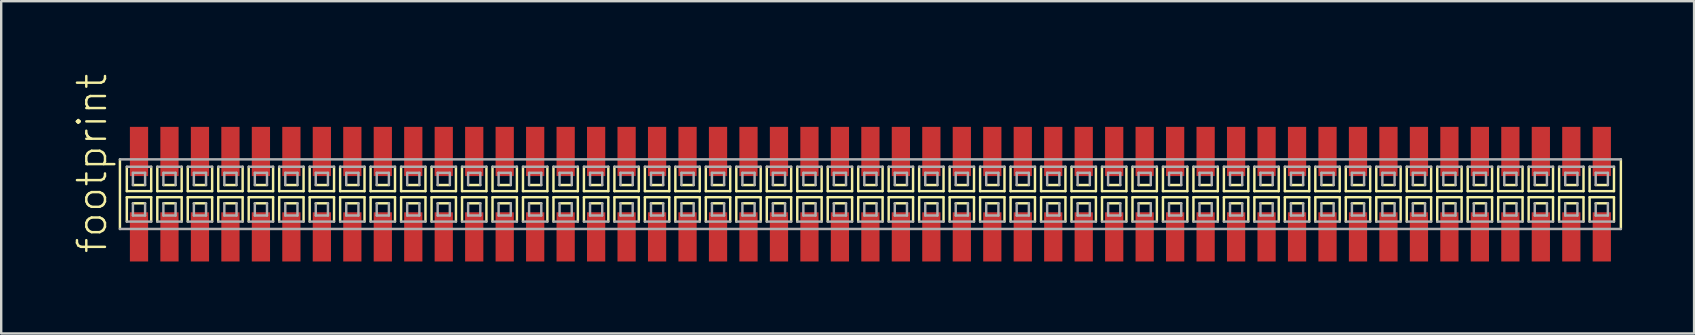
<source format=kicad_pcb>
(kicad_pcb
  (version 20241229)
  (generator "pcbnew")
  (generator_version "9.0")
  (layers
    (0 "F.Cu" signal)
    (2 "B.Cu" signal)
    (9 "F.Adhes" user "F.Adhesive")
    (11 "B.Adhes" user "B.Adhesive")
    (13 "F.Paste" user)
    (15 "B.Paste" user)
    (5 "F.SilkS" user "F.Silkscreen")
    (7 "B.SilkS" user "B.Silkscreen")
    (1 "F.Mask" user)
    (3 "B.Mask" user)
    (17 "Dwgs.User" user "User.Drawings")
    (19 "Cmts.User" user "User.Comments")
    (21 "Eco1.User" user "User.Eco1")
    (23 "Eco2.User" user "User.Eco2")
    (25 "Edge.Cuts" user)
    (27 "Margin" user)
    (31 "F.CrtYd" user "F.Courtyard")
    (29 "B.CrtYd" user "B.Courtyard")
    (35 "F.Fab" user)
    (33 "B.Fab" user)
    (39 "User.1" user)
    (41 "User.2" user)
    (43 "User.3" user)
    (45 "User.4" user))
  (footprint "footprint"
    (layer "F.Cu")
    (at 33.223 5.042)
    (property "Reference" "footprint" (at -31.75 2.54 90) (layer "F.SilkS") (effects (font (size 1.168 1.168) (thickness 0.102)) (justify left bottom)))
    (fp_line (start -31.275 -1.45) (end -31.275 1.45) (stroke (width 0.102) (type solid)) (layer "F.SilkS"))
    (fp_line (start -30.988 -1.143) (end -30.988 -0.127) (stroke (width 0.102) (type solid)) (layer "F.SilkS"))
    (fp_line (start -30.988 -0.127) (end -29.972 -0.127) (stroke (width 0.102) (type solid)) (layer "F.SilkS"))
    (fp_line (start -30.988 0.127) (end -30.988 1.143) (stroke (width 0.102) (type solid)) (layer "F.SilkS"))
    (fp_line (start -30.734 -0.381) (end -30.226 -0.381) (stroke (width 0.102) (type solid)) (layer "F.SilkS"))
    (fp_line (start -30.226 0.381) (end -30.734 0.381) (stroke (width 0.102) (type solid)) (layer "F.SilkS"))
    (fp_line (start -29.972 -0.127) (end -29.972 -1.143) (stroke (width 0.102) (type solid)) (layer "F.SilkS"))
    (fp_line (start -29.972 0.127) (end -30.988 0.127) (stroke (width 0.102) (type solid)) (layer "F.SilkS"))
    (fp_line (start -29.972 1.143) (end -29.972 0.127) (stroke (width 0.102) (type solid)) (layer "F.SilkS"))
    (fp_line (start -29.718 -1.143) (end -29.718 -0.127) (stroke (width 0.102) (type solid)) (layer "F.SilkS"))
    (fp_line (start -29.718 -0.127) (end -28.702 -0.127) (stroke (width 0.102) (type solid)) (layer "F.SilkS"))
    (fp_line (start -29.718 0.127) (end -29.718 1.143) (stroke (width 0.102) (type solid)) (layer "F.SilkS"))
    (fp_line (start -29.464 -0.381) (end -28.956 -0.381) (stroke (width 0.102) (type solid)) (layer "F.SilkS"))
    (fp_line (start -28.956 0.381) (end -29.464 0.381) (stroke (width 0.102) (type solid)) (layer "F.SilkS"))
    (fp_line (start -28.702 -0.127) (end -28.702 -1.143) (stroke (width 0.102) (type solid)) (layer "F.SilkS"))
    (fp_line (start -28.702 0.127) (end -29.718 0.127) (stroke (width 0.102) (type solid)) (layer "F.SilkS"))
    (fp_line (start -28.702 1.143) (end -28.702 0.127) (stroke (width 0.102) (type solid)) (layer "F.SilkS"))
    (fp_line (start -28.448 -1.143) (end -28.448 -0.127) (stroke (width 0.102) (type solid)) (layer "F.SilkS"))
    (fp_line (start -28.448 -0.127) (end -27.432 -0.127) (stroke (width 0.102) (type solid)) (layer "F.SilkS"))
    (fp_line (start -28.448 0.127) (end -28.448 1.143) (stroke (width 0.102) (type solid)) (layer "F.SilkS"))
    (fp_line (start -28.194 -0.381) (end -27.686 -0.381) (stroke (width 0.102) (type solid)) (layer "F.SilkS"))
    (fp_line (start -27.686 0.381) (end -28.194 0.381) (stroke (width 0.102) (type solid)) (layer "F.SilkS"))
    (fp_line (start -27.432 -0.127) (end -27.432 -1.143) (stroke (width 0.102) (type solid)) (layer "F.SilkS"))
    (fp_line (start -27.432 0.127) (end -28.448 0.127) (stroke (width 0.102) (type solid)) (layer "F.SilkS"))
    (fp_line (start -27.432 1.143) (end -27.432 0.127) (stroke (width 0.102) (type solid)) (layer "F.SilkS"))
    (fp_line (start -27.178 -1.143) (end -27.178 -0.127) (stroke (width 0.102) (type solid)) (layer "F.SilkS"))
    (fp_line (start -27.178 -0.127) (end -26.162 -0.127) (stroke (width 0.102) (type solid)) (layer "F.SilkS"))
    (fp_line (start -27.178 0.127) (end -27.178 1.143) (stroke (width 0.102) (type solid)) (layer "F.SilkS"))
    (fp_line (start -26.924 -0.381) (end -26.416 -0.381) (stroke (width 0.102) (type solid)) (layer "F.SilkS"))
    (fp_line (start -26.416 0.381) (end -26.924 0.381) (stroke (width 0.102) (type solid)) (layer "F.SilkS"))
    (fp_line (start -26.162 -0.127) (end -26.162 -1.143) (stroke (width 0.102) (type solid)) (layer "F.SilkS"))
    (fp_line (start -26.162 0.127) (end -27.178 0.127) (stroke (width 0.102) (type solid)) (layer "F.SilkS"))
    (fp_line (start -26.162 1.143) (end -26.162 0.127) (stroke (width 0.102) (type solid)) (layer "F.SilkS"))
    (fp_line (start -25.908 -1.143) (end -25.908 -0.127) (stroke (width 0.102) (type solid)) (layer "F.SilkS"))
    (fp_line (start -25.908 -0.127) (end -24.892 -0.127) (stroke (width 0.102) (type solid)) (layer "F.SilkS"))
    (fp_line (start -25.908 0.127) (end -25.908 1.143) (stroke (width 0.102) (type solid)) (layer "F.SilkS"))
    (fp_line (start -25.654 -0.381) (end -25.146 -0.381) (stroke (width 0.102) (type solid)) (layer "F.SilkS"))
    (fp_line (start -25.146 0.381) (end -25.654 0.381) (stroke (width 0.102) (type solid)) (layer "F.SilkS"))
    (fp_line (start -24.892 -0.127) (end -24.892 -1.143) (stroke (width 0.102) (type solid)) (layer "F.SilkS"))
    (fp_line (start -24.892 0.127) (end -25.908 0.127) (stroke (width 0.102) (type solid)) (layer "F.SilkS"))
    (fp_line (start -24.892 1.143) (end -24.892 0.127) (stroke (width 0.102) (type solid)) (layer "F.SilkS"))
    (fp_line (start -24.638 -1.143) (end -24.638 -0.127) (stroke (width 0.102) (type solid)) (layer "F.SilkS"))
    (fp_line (start -24.638 -0.127) (end -23.622 -0.127) (stroke (width 0.102) (type solid)) (layer "F.SilkS"))
    (fp_line (start -24.638 0.127) (end -24.638 1.143) (stroke (width 0.102) (type solid)) (layer "F.SilkS"))
    (fp_line (start -24.384 -0.381) (end -23.876 -0.381) (stroke (width 0.102) (type solid)) (layer "F.SilkS"))
    (fp_line (start -23.876 0.381) (end -24.384 0.381) (stroke (width 0.102) (type solid)) (layer "F.SilkS"))
    (fp_line (start -23.622 -0.127) (end -23.622 -1.143) (stroke (width 0.102) (type solid)) (layer "F.SilkS"))
    (fp_line (start -23.622 0.127) (end -24.638 0.127) (stroke (width 0.102) (type solid)) (layer "F.SilkS"))
    (fp_line (start -23.622 1.143) (end -23.622 0.127) (stroke (width 0.102) (type solid)) (layer "F.SilkS"))
    (fp_line (start -23.368 -1.143) (end -23.368 -0.127) (stroke (width 0.102) (type solid)) (layer "F.SilkS"))
    (fp_line (start -23.368 -0.127) (end -22.352 -0.127) (stroke (width 0.102) (type solid)) (layer "F.SilkS"))
    (fp_line (start -23.368 0.127) (end -23.368 1.143) (stroke (width 0.102) (type solid)) (layer "F.SilkS"))
    (fp_line (start -23.114 -0.381) (end -22.606 -0.381) (stroke (width 0.102) (type solid)) (layer "F.SilkS"))
    (fp_line (start -22.606 0.381) (end -23.114 0.381) (stroke (width 0.102) (type solid)) (layer "F.SilkS"))
    (fp_line (start -22.352 -0.127) (end -22.352 -1.143) (stroke (width 0.102) (type solid)) (layer "F.SilkS"))
    (fp_line (start -22.352 0.127) (end -23.368 0.127) (stroke (width 0.102) (type solid)) (layer "F.SilkS"))
    (fp_line (start -22.352 1.143) (end -22.352 0.127) (stroke (width 0.102) (type solid)) (layer "F.SilkS"))
    (fp_line (start -22.098 -1.143) (end -22.098 -0.127) (stroke (width 0.102) (type solid)) (layer "F.SilkS"))
    (fp_line (start -22.098 -0.127) (end -21.082 -0.127) (stroke (width 0.102) (type solid)) (layer "F.SilkS"))
    (fp_line (start -22.098 0.127) (end -22.098 1.143) (stroke (width 0.102) (type solid)) (layer "F.SilkS"))
    (fp_line (start -21.844 -0.381) (end -21.336 -0.381) (stroke (width 0.102) (type solid)) (layer "F.SilkS"))
    (fp_line (start -21.336 0.381) (end -21.844 0.381) (stroke (width 0.102) (type solid)) (layer "F.SilkS"))
    (fp_line (start -21.082 -0.127) (end -21.082 -1.143) (stroke (width 0.102) (type solid)) (layer "F.SilkS"))
    (fp_line (start -21.082 0.127) (end -22.098 0.127) (stroke (width 0.102) (type solid)) (layer "F.SilkS"))
    (fp_line (start -21.082 1.143) (end -21.082 0.127) (stroke (width 0.102) (type solid)) (layer "F.SilkS"))
    (fp_line (start -20.828 -1.143) (end -20.828 -0.127) (stroke (width 0.102) (type solid)) (layer "F.SilkS"))
    (fp_line (start -20.828 -0.127) (end -19.812 -0.127) (stroke (width 0.102) (type solid)) (layer "F.SilkS"))
    (fp_line (start -20.828 0.127) (end -20.828 1.143) (stroke (width 0.102) (type solid)) (layer "F.SilkS"))
    (fp_line (start -20.574 -0.381) (end -20.066 -0.381) (stroke (width 0.102) (type solid)) (layer "F.SilkS"))
    (fp_line (start -20.066 0.381) (end -20.574 0.381) (stroke (width 0.102) (type solid)) (layer "F.SilkS"))
    (fp_line (start -19.812 -0.127) (end -19.812 -1.143) (stroke (width 0.102) (type solid)) (layer "F.SilkS"))
    (fp_line (start -19.812 0.127) (end -20.828 0.127) (stroke (width 0.102) (type solid)) (layer "F.SilkS"))
    (fp_line (start -19.812 1.143) (end -19.812 0.127) (stroke (width 0.102) (type solid)) (layer "F.SilkS"))
    (fp_line (start -19.558 -1.143) (end -19.558 -0.127) (stroke (width 0.102) (type solid)) (layer "F.SilkS"))
    (fp_line (start -19.558 -0.127) (end -18.542 -0.127) (stroke (width 0.102) (type solid)) (layer "F.SilkS"))
    (fp_line (start -19.558 0.127) (end -19.558 1.143) (stroke (width 0.102) (type solid)) (layer "F.SilkS"))
    (fp_line (start -19.304 -0.381) (end -18.796 -0.381) (stroke (width 0.102) (type solid)) (layer "F.SilkS"))
    (fp_line (start -18.796 0.381) (end -19.304 0.381) (stroke (width 0.102) (type solid)) (layer "F.SilkS"))
    (fp_line (start -18.542 -0.127) (end -18.542 -1.143) (stroke (width 0.102) (type solid)) (layer "F.SilkS"))
    (fp_line (start -18.542 0.127) (end -19.558 0.127) (stroke (width 0.102) (type solid)) (layer "F.SilkS"))
    (fp_line (start -18.542 1.143) (end -18.542 0.127) (stroke (width 0.102) (type solid)) (layer "F.SilkS"))
    (fp_line (start -18.288 -1.143) (end -18.288 -0.127) (stroke (width 0.102) (type solid)) (layer "F.SilkS"))
    (fp_line (start -18.288 -0.127) (end -17.272 -0.127) (stroke (width 0.102) (type solid)) (layer "F.SilkS"))
    (fp_line (start -18.288 0.127) (end -18.288 1.143) (stroke (width 0.102) (type solid)) (layer "F.SilkS"))
    (fp_line (start -18.034 -0.381) (end -17.526 -0.381) (stroke (width 0.102) (type solid)) (layer "F.SilkS"))
    (fp_line (start -17.526 0.381) (end -18.034 0.381) (stroke (width 0.102) (type solid)) (layer "F.SilkS"))
    (fp_line (start -17.272 -0.127) (end -17.272 -1.143) (stroke (width 0.102) (type solid)) (layer "F.SilkS"))
    (fp_line (start -17.272 0.127) (end -18.288 0.127) (stroke (width 0.102) (type solid)) (layer "F.SilkS"))
    (fp_line (start -17.272 1.143) (end -17.272 0.127) (stroke (width 0.102) (type solid)) (layer "F.SilkS"))
    (fp_line (start -17.018 -1.143) (end -17.018 -0.127) (stroke (width 0.102) (type solid)) (layer "F.SilkS"))
    (fp_line (start -17.018 -0.127) (end -16.002 -0.127) (stroke (width 0.102) (type solid)) (layer "F.SilkS"))
    (fp_line (start -17.018 0.127) (end -17.018 1.143) (stroke (width 0.102) (type solid)) (layer "F.SilkS"))
    (fp_line (start -16.764 -0.381) (end -16.256 -0.381) (stroke (width 0.102) (type solid)) (layer "F.SilkS"))
    (fp_line (start -16.256 0.381) (end -16.764 0.381) (stroke (width 0.102) (type solid)) (layer "F.SilkS"))
    (fp_line (start -16.002 -0.127) (end -16.002 -1.143) (stroke (width 0.102) (type solid)) (layer "F.SilkS"))
    (fp_line (start -16.002 0.127) (end -17.018 0.127) (stroke (width 0.102) (type solid)) (layer "F.SilkS"))
    (fp_line (start -16.002 1.143) (end -16.002 0.127) (stroke (width 0.102) (type solid)) (layer "F.SilkS"))
    (fp_line (start -15.748 -1.143) (end -15.748 -0.127) (stroke (width 0.102) (type solid)) (layer "F.SilkS"))
    (fp_line (start -15.748 -0.127) (end -14.732 -0.127) (stroke (width 0.102) (type solid)) (layer "F.SilkS"))
    (fp_line (start -15.748 0.127) (end -15.748 1.143) (stroke (width 0.102) (type solid)) (layer "F.SilkS"))
    (fp_line (start -15.494 -0.381) (end -14.986 -0.381) (stroke (width 0.102) (type solid)) (layer "F.SilkS"))
    (fp_line (start -14.986 0.381) (end -15.494 0.381) (stroke (width 0.102) (type solid)) (layer "F.SilkS"))
    (fp_line (start -14.732 -0.127) (end -14.732 -1.143) (stroke (width 0.102) (type solid)) (layer "F.SilkS"))
    (fp_line (start -14.732 0.127) (end -15.748 0.127) (stroke (width 0.102) (type solid)) (layer "F.SilkS"))
    (fp_line (start -14.732 1.143) (end -14.732 0.127) (stroke (width 0.102) (type solid)) (layer "F.SilkS"))
    (fp_line (start -14.478 -1.143) (end -14.478 -0.127) (stroke (width 0.102) (type solid)) (layer "F.SilkS"))
    (fp_line (start -14.478 -0.127) (end -13.462 -0.127) (stroke (width 0.102) (type solid)) (layer "F.SilkS"))
    (fp_line (start -14.478 0.127) (end -14.478 1.143) (stroke (width 0.102) (type solid)) (layer "F.SilkS"))
    (fp_line (start -14.224 -0.381) (end -13.716 -0.381) (stroke (width 0.102) (type solid)) (layer "F.SilkS"))
    (fp_line (start -13.716 0.381) (end -14.224 0.381) (stroke (width 0.102) (type solid)) (layer "F.SilkS"))
    (fp_line (start -13.462 -0.127) (end -13.462 -1.143) (stroke (width 0.102) (type solid)) (layer "F.SilkS"))
    (fp_line (start -13.462 0.127) (end -14.478 0.127) (stroke (width 0.102) (type solid)) (layer "F.SilkS"))
    (fp_line (start -13.462 1.143) (end -13.462 0.127) (stroke (width 0.102) (type solid)) (layer "F.SilkS"))
    (fp_line (start -13.208 -1.143) (end -13.208 -0.127) (stroke (width 0.102) (type solid)) (layer "F.SilkS"))
    (fp_line (start -13.208 -0.127) (end -12.192 -0.127) (stroke (width 0.102) (type solid)) (layer "F.SilkS"))
    (fp_line (start -13.208 0.127) (end -13.208 1.143) (stroke (width 0.102) (type solid)) (layer "F.SilkS"))
    (fp_line (start -12.954 -0.381) (end -12.446 -0.381) (stroke (width 0.102) (type solid)) (layer "F.SilkS"))
    (fp_line (start -12.446 0.381) (end -12.954 0.381) (stroke (width 0.102) (type solid)) (layer "F.SilkS"))
    (fp_line (start -12.192 -0.127) (end -12.192 -1.143) (stroke (width 0.102) (type solid)) (layer "F.SilkS"))
    (fp_line (start -12.192 0.127) (end -13.208 0.127) (stroke (width 0.102) (type solid)) (layer "F.SilkS"))
    (fp_line (start -12.192 1.143) (end -12.192 0.127) (stroke (width 0.102) (type solid)) (layer "F.SilkS"))
    (fp_line (start -11.938 -1.143) (end -11.938 -0.127) (stroke (width 0.102) (type solid)) (layer "F.SilkS"))
    (fp_line (start -11.938 -0.127) (end -10.922 -0.127) (stroke (width 0.102) (type solid)) (layer "F.SilkS"))
    (fp_line (start -11.938 0.127) (end -11.938 1.143) (stroke (width 0.102) (type solid)) (layer "F.SilkS"))
    (fp_line (start -11.684 -0.381) (end -11.176 -0.381) (stroke (width 0.102) (type solid)) (layer "F.SilkS"))
    (fp_line (start -11.176 0.381) (end -11.684 0.381) (stroke (width 0.102) (type solid)) (layer "F.SilkS"))
    (fp_line (start -10.922 -0.127) (end -10.922 -1.143) (stroke (width 0.102) (type solid)) (layer "F.SilkS"))
    (fp_line (start -10.922 0.127) (end -11.938 0.127) (stroke (width 0.102) (type solid)) (layer "F.SilkS"))
    (fp_line (start -10.922 1.143) (end -10.922 0.127) (stroke (width 0.102) (type solid)) (layer "F.SilkS"))
    (fp_line (start -10.668 -1.143) (end -10.668 -0.127) (stroke (width 0.102) (type solid)) (layer "F.SilkS"))
    (fp_line (start -10.668 -0.127) (end -9.652 -0.127) (stroke (width 0.102) (type solid)) (layer "F.SilkS"))
    (fp_line (start -10.668 0.127) (end -10.668 1.143) (stroke (width 0.102) (type solid)) (layer "F.SilkS"))
    (fp_line (start -10.414 -0.381) (end -9.906 -0.381) (stroke (width 0.102) (type solid)) (layer "F.SilkS"))
    (fp_line (start -9.906 0.381) (end -10.414 0.381) (stroke (width 0.102) (type solid)) (layer "F.SilkS"))
    (fp_line (start -9.652 -0.127) (end -9.652 -1.143) (stroke (width 0.102) (type solid)) (layer "F.SilkS"))
    (fp_line (start -9.652 0.127) (end -10.668 0.127) (stroke (width 0.102) (type solid)) (layer "F.SilkS"))
    (fp_line (start -9.652 1.143) (end -9.652 0.127) (stroke (width 0.102) (type solid)) (layer "F.SilkS"))
    (fp_line (start -9.398 -1.143) (end -9.398 -0.127) (stroke (width 0.102) (type solid)) (layer "F.SilkS"))
    (fp_line (start -9.398 -0.127) (end -8.382 -0.127) (stroke (width 0.102) (type solid)) (layer "F.SilkS"))
    (fp_line (start -9.398 0.127) (end -9.398 1.143) (stroke (width 0.102) (type solid)) (layer "F.SilkS"))
    (fp_line (start -9.144 -0.381) (end -8.636 -0.381) (stroke (width 0.102) (type solid)) (layer "F.SilkS"))
    (fp_line (start -8.636 0.381) (end -9.144 0.381) (stroke (width 0.102) (type solid)) (layer "F.SilkS"))
    (fp_line (start -8.382 -0.127) (end -8.382 -1.143) (stroke (width 0.102) (type solid)) (layer "F.SilkS"))
    (fp_line (start -8.382 0.127) (end -9.398 0.127) (stroke (width 0.102) (type solid)) (layer "F.SilkS"))
    (fp_line (start -8.382 1.143) (end -8.382 0.127) (stroke (width 0.102) (type solid)) (layer "F.SilkS"))
    (fp_line (start -8.128 -1.143) (end -8.128 -0.127) (stroke (width 0.102) (type solid)) (layer "F.SilkS"))
    (fp_line (start -8.128 -0.127) (end -7.112 -0.127) (stroke (width 0.102) (type solid)) (layer "F.SilkS"))
    (fp_line (start -8.128 0.127) (end -8.128 1.143) (stroke (width 0.102) (type solid)) (layer "F.SilkS"))
    (fp_line (start -7.874 -0.381) (end -7.366 -0.381) (stroke (width 0.102) (type solid)) (layer "F.SilkS"))
    (fp_line (start -7.366 0.381) (end -7.874 0.381) (stroke (width 0.102) (type solid)) (layer "F.SilkS"))
    (fp_line (start -7.112 -0.127) (end -7.112 -1.143) (stroke (width 0.102) (type solid)) (layer "F.SilkS"))
    (fp_line (start -7.112 0.127) (end -8.128 0.127) (stroke (width 0.102) (type solid)) (layer "F.SilkS"))
    (fp_line (start -7.112 1.143) (end -7.112 0.127) (stroke (width 0.102) (type solid)) (layer "F.SilkS"))
    (fp_line (start -6.858 -1.143) (end -6.858 -0.127) (stroke (width 0.102) (type solid)) (layer "F.SilkS"))
    (fp_line (start -6.858 -0.127) (end -5.842 -0.127) (stroke (width 0.102) (type solid)) (layer "F.SilkS"))
    (fp_line (start -6.858 0.127) (end -6.858 1.143) (stroke (width 0.102) (type solid)) (layer "F.SilkS"))
    (fp_line (start -6.604 -0.381) (end -6.096 -0.381) (stroke (width 0.102) (type solid)) (layer "F.SilkS"))
    (fp_line (start -6.096 0.381) (end -6.604 0.381) (stroke (width 0.102) (type solid)) (layer "F.SilkS"))
    (fp_line (start -5.842 -0.127) (end -5.842 -1.143) (stroke (width 0.102) (type solid)) (layer "F.SilkS"))
    (fp_line (start -5.842 0.127) (end -6.858 0.127) (stroke (width 0.102) (type solid)) (layer "F.SilkS"))
    (fp_line (start -5.842 1.143) (end -5.842 0.127) (stroke (width 0.102) (type solid)) (layer "F.SilkS"))
    (fp_line (start -5.588 -1.143) (end -5.588 -0.127) (stroke (width 0.102) (type solid)) (layer "F.SilkS"))
    (fp_line (start -5.588 -0.127) (end -4.572 -0.127) (stroke (width 0.102) (type solid)) (layer "F.SilkS"))
    (fp_line (start -5.588 0.127) (end -5.588 1.143) (stroke (width 0.102) (type solid)) (layer "F.SilkS"))
    (fp_line (start -5.334 -0.381) (end -4.826 -0.381) (stroke (width 0.102) (type solid)) (layer "F.SilkS"))
    (fp_line (start -4.826 0.381) (end -5.334 0.381) (stroke (width 0.102) (type solid)) (layer "F.SilkS"))
    (fp_line (start -4.572 -0.127) (end -4.572 -1.143) (stroke (width 0.102) (type solid)) (layer "F.SilkS"))
    (fp_line (start -4.572 0.127) (end -5.588 0.127) (stroke (width 0.102) (type solid)) (layer "F.SilkS"))
    (fp_line (start -4.572 1.143) (end -4.572 0.127) (stroke (width 0.102) (type solid)) (layer "F.SilkS"))
    (fp_line (start -4.318 -1.143) (end -4.318 -0.127) (stroke (width 0.102) (type solid)) (layer "F.SilkS"))
    (fp_line (start -4.318 -0.127) (end -3.302 -0.127) (stroke (width 0.102) (type solid)) (layer "F.SilkS"))
    (fp_line (start -4.318 0.127) (end -4.318 1.143) (stroke (width 0.102) (type solid)) (layer "F.SilkS"))
    (fp_line (start -4.064 -0.381) (end -3.556 -0.381) (stroke (width 0.102) (type solid)) (layer "F.SilkS"))
    (fp_line (start -3.556 0.381) (end -4.064 0.381) (stroke (width 0.102) (type solid)) (layer "F.SilkS"))
    (fp_line (start -3.302 -0.127) (end -3.302 -1.143) (stroke (width 0.102) (type solid)) (layer "F.SilkS"))
    (fp_line (start -3.302 0.127) (end -4.318 0.127) (stroke (width 0.102) (type solid)) (layer "F.SilkS"))
    (fp_line (start -3.302 1.143) (end -3.302 0.127) (stroke (width 0.102) (type solid)) (layer "F.SilkS"))
    (fp_line (start -3.048 -1.143) (end -3.048 -0.127) (stroke (width 0.102) (type solid)) (layer "F.SilkS"))
    (fp_line (start -3.048 -0.127) (end -2.032 -0.127) (stroke (width 0.102) (type solid)) (layer "F.SilkS"))
    (fp_line (start -3.048 0.127) (end -3.048 1.143) (stroke (width 0.102) (type solid)) (layer "F.SilkS"))
    (fp_line (start -2.794 -0.381) (end -2.286 -0.381) (stroke (width 0.102) (type solid)) (layer "F.SilkS"))
    (fp_line (start -2.286 0.381) (end -2.794 0.381) (stroke (width 0.102) (type solid)) (layer "F.SilkS"))
    (fp_line (start -2.032 -0.127) (end -2.032 -1.143) (stroke (width 0.102) (type solid)) (layer "F.SilkS"))
    (fp_line (start -2.032 0.127) (end -3.048 0.127) (stroke (width 0.102) (type solid)) (layer "F.SilkS"))
    (fp_line (start -2.032 1.143) (end -2.032 0.127) (stroke (width 0.102) (type solid)) (layer "F.SilkS"))
    (fp_line (start -1.778 -1.143) (end -1.778 -0.127) (stroke (width 0.102) (type solid)) (layer "F.SilkS"))
    (fp_line (start -1.778 -0.127) (end -0.762 -0.127) (stroke (width 0.102) (type solid)) (layer "F.SilkS"))
    (fp_line (start -1.778 0.127) (end -1.778 1.143) (stroke (width 0.102) (type solid)) (layer "F.SilkS"))
    (fp_line (start -1.524 -0.381) (end -1.016 -0.381) (stroke (width 0.102) (type solid)) (layer "F.SilkS"))
    (fp_line (start -1.016 0.381) (end -1.524 0.381) (stroke (width 0.102) (type solid)) (layer "F.SilkS"))
    (fp_line (start -0.762 -0.127) (end -0.762 -1.143) (stroke (width 0.102) (type solid)) (layer "F.SilkS"))
    (fp_line (start -0.762 0.127) (end -1.778 0.127) (stroke (width 0.102) (type solid)) (layer "F.SilkS"))
    (fp_line (start -0.762 1.143) (end -0.762 0.127) (stroke (width 0.102) (type solid)) (layer "F.SilkS"))
    (fp_line (start -0.508 -1.143) (end -0.508 -0.127) (stroke (width 0.102) (type solid)) (layer "F.SilkS"))
    (fp_line (start -0.508 -0.127) (end 0.508 -0.127) (stroke (width 0.102) (type solid)) (layer "F.SilkS"))
    (fp_line (start -0.508 0.127) (end -0.508 1.143) (stroke (width 0.102) (type solid)) (layer "F.SilkS"))
    (fp_line (start -0.254 -0.381) (end 0.254 -0.381) (stroke (width 0.102) (type solid)) (layer "F.SilkS"))
    (fp_line (start 0.254 0.381) (end -0.254 0.381) (stroke (width 0.102) (type solid)) (layer "F.SilkS"))
    (fp_line (start 0.508 -0.127) (end 0.508 -1.143) (stroke (width 0.102) (type solid)) (layer "F.SilkS"))
    (fp_line (start 0.508 0.127) (end -0.508 0.127) (stroke (width 0.102) (type solid)) (layer "F.SilkS"))
    (fp_line (start 0.508 1.143) (end 0.508 0.127) (stroke (width 0.102) (type solid)) (layer "F.SilkS"))
    (fp_line (start 0.762 -1.143) (end 0.762 -0.127) (stroke (width 0.102) (type solid)) (layer "F.SilkS"))
    (fp_line (start 0.762 -0.127) (end 1.778 -0.127) (stroke (width 0.102) (type solid)) (layer "F.SilkS"))
    (fp_line (start 0.762 0.127) (end 0.762 1.143) (stroke (width 0.102) (type solid)) (layer "F.SilkS"))
    (fp_line (start 1.016 -0.381) (end 1.524 -0.381) (stroke (width 0.102) (type solid)) (layer "F.SilkS"))
    (fp_line (start 1.524 0.381) (end 1.016 0.381) (stroke (width 0.102) (type solid)) (layer "F.SilkS"))
    (fp_line (start 1.778 -0.127) (end 1.778 -1.143) (stroke (width 0.102) (type solid)) (layer "F.SilkS"))
    (fp_line (start 1.778 0.127) (end 0.762 0.127) (stroke (width 0.102) (type solid)) (layer "F.SilkS"))
    (fp_line (start 1.778 1.143) (end 1.778 0.127) (stroke (width 0.102) (type solid)) (layer "F.SilkS"))
    (fp_line (start 2.032 -1.143) (end 2.032 -0.127) (stroke (width 0.102) (type solid)) (layer "F.SilkS"))
    (fp_line (start 2.032 -0.127) (end 3.048 -0.127) (stroke (width 0.102) (type solid)) (layer "F.SilkS"))
    (fp_line (start 2.032 0.127) (end 2.032 1.143) (stroke (width 0.102) (type solid)) (layer "F.SilkS"))
    (fp_line (start 2.286 -0.381) (end 2.794 -0.381) (stroke (width 0.102) (type solid)) (layer "F.SilkS"))
    (fp_line (start 2.794 0.381) (end 2.286 0.381) (stroke (width 0.102) (type solid)) (layer "F.SilkS"))
    (fp_line (start 3.048 -0.127) (end 3.048 -1.143) (stroke (width 0.102) (type solid)) (layer "F.SilkS"))
    (fp_line (start 3.048 0.127) (end 2.032 0.127) (stroke (width 0.102) (type solid)) (layer "F.SilkS"))
    (fp_line (start 3.048 1.143) (end 3.048 0.127) (stroke (width 0.102) (type solid)) (layer "F.SilkS"))
    (fp_line (start 3.302 -1.143) (end 3.302 -0.127) (stroke (width 0.102) (type solid)) (layer "F.SilkS"))
    (fp_line (start 3.302 -0.127) (end 4.318 -0.127) (stroke (width 0.102) (type solid)) (layer "F.SilkS"))
    (fp_line (start 3.302 0.127) (end 3.302 1.143) (stroke (width 0.102) (type solid)) (layer "F.SilkS"))
    (fp_line (start 3.556 -0.381) (end 4.064 -0.381) (stroke (width 0.102) (type solid)) (layer "F.SilkS"))
    (fp_line (start 4.064 0.381) (end 3.556 0.381) (stroke (width 0.102) (type solid)) (layer "F.SilkS"))
    (fp_line (start 4.318 -0.127) (end 4.318 -1.143) (stroke (width 0.102) (type solid)) (layer "F.SilkS"))
    (fp_line (start 4.318 0.127) (end 3.302 0.127) (stroke (width 0.102) (type solid)) (layer "F.SilkS"))
    (fp_line (start 4.318 1.143) (end 4.318 0.127) (stroke (width 0.102) (type solid)) (layer "F.SilkS"))
    (fp_line (start 4.572 -1.143) (end 4.572 -0.127) (stroke (width 0.102) (type solid)) (layer "F.SilkS"))
    (fp_line (start 4.572 -0.127) (end 5.588 -0.127) (stroke (width 0.102) (type solid)) (layer "F.SilkS"))
    (fp_line (start 4.572 0.127) (end 4.572 1.143) (stroke (width 0.102) (type solid)) (layer "F.SilkS"))
    (fp_line (start 4.826 -0.381) (end 5.334 -0.381) (stroke (width 0.102) (type solid)) (layer "F.SilkS"))
    (fp_line (start 5.334 0.381) (end 4.826 0.381) (stroke (width 0.102) (type solid)) (layer "F.SilkS"))
    (fp_line (start 5.588 -0.127) (end 5.588 -1.143) (stroke (width 0.102) (type solid)) (layer "F.SilkS"))
    (fp_line (start 5.588 0.127) (end 4.572 0.127) (stroke (width 0.102) (type solid)) (layer "F.SilkS"))
    (fp_line (start 5.588 1.143) (end 5.588 0.127) (stroke (width 0.102) (type solid)) (layer "F.SilkS"))
    (fp_line (start 5.842 -1.143) (end 5.842 -0.127) (stroke (width 0.102) (type solid)) (layer "F.SilkS"))
    (fp_line (start 5.842 -0.127) (end 6.858 -0.127) (stroke (width 0.102) (type solid)) (layer "F.SilkS"))
    (fp_line (start 5.842 0.127) (end 5.842 1.143) (stroke (width 0.102) (type solid)) (layer "F.SilkS"))
    (fp_line (start 6.096 -0.381) (end 6.604 -0.381) (stroke (width 0.102) (type solid)) (layer "F.SilkS"))
    (fp_line (start 6.604 0.381) (end 6.096 0.381) (stroke (width 0.102) (type solid)) (layer "F.SilkS"))
    (fp_line (start 6.858 -0.127) (end 6.858 -1.143) (stroke (width 0.102) (type solid)) (layer "F.SilkS"))
    (fp_line (start 6.858 0.127) (end 5.842 0.127) (stroke (width 0.102) (type solid)) (layer "F.SilkS"))
    (fp_line (start 6.858 1.143) (end 6.858 0.127) (stroke (width 0.102) (type solid)) (layer "F.SilkS"))
    (fp_line (start 7.112 -1.143) (end 7.112 -0.127) (stroke (width 0.102) (type solid)) (layer "F.SilkS"))
    (fp_line (start 7.112 -0.127) (end 8.128 -0.127) (stroke (width 0.102) (type solid)) (layer "F.SilkS"))
    (fp_line (start 7.112 0.127) (end 7.112 1.143) (stroke (width 0.102) (type solid)) (layer "F.SilkS"))
    (fp_line (start 7.366 -0.381) (end 7.874 -0.381) (stroke (width 0.102) (type solid)) (layer "F.SilkS"))
    (fp_line (start 7.874 0.381) (end 7.366 0.381) (stroke (width 0.102) (type solid)) (layer "F.SilkS"))
    (fp_line (start 8.128 -0.127) (end 8.128 -1.143) (stroke (width 0.102) (type solid)) (layer "F.SilkS"))
    (fp_line (start 8.128 0.127) (end 7.112 0.127) (stroke (width 0.102) (type solid)) (layer "F.SilkS"))
    (fp_line (start 8.128 1.143) (end 8.128 0.127) (stroke (width 0.102) (type solid)) (layer "F.SilkS"))
    (fp_line (start 8.382 -1.143) (end 8.382 -0.127) (stroke (width 0.102) (type solid)) (layer "F.SilkS"))
    (fp_line (start 8.382 -0.127) (end 9.398 -0.127) (stroke (width 0.102) (type solid)) (layer "F.SilkS"))
    (fp_line (start 8.382 0.127) (end 8.382 1.143) (stroke (width 0.102) (type solid)) (layer "F.SilkS"))
    (fp_line (start 8.636 -0.381) (end 9.144 -0.381) (stroke (width 0.102) (type solid)) (layer "F.SilkS"))
    (fp_line (start 9.144 0.381) (end 8.636 0.381) (stroke (width 0.102) (type solid)) (layer "F.SilkS"))
    (fp_line (start 9.398 -0.127) (end 9.398 -1.143) (stroke (width 0.102) (type solid)) (layer "F.SilkS"))
    (fp_line (start 9.398 0.127) (end 8.382 0.127) (stroke (width 0.102) (type solid)) (layer "F.SilkS"))
    (fp_line (start 9.398 1.143) (end 9.398 0.127) (stroke (width 0.102) (type solid)) (layer "F.SilkS"))
    (fp_line (start 9.652 -1.143) (end 9.652 -0.127) (stroke (width 0.102) (type solid)) (layer "F.SilkS"))
    (fp_line (start 9.652 -0.127) (end 10.668 -0.127) (stroke (width 0.102) (type solid)) (layer "F.SilkS"))
    (fp_line (start 9.652 0.127) (end 9.652 1.143) (stroke (width 0.102) (type solid)) (layer "F.SilkS"))
    (fp_line (start 9.906 -0.381) (end 10.414 -0.381) (stroke (width 0.102) (type solid)) (layer "F.SilkS"))
    (fp_line (start 10.414 0.381) (end 9.906 0.381) (stroke (width 0.102) (type solid)) (layer "F.SilkS"))
    (fp_line (start 10.668 -0.127) (end 10.668 -1.143) (stroke (width 0.102) (type solid)) (layer "F.SilkS"))
    (fp_line (start 10.668 0.127) (end 9.652 0.127) (stroke (width 0.102) (type solid)) (layer "F.SilkS"))
    (fp_line (start 10.668 1.143) (end 10.668 0.127) (stroke (width 0.102) (type solid)) (layer "F.SilkS"))
    (fp_line (start 10.922 -1.143) (end 10.922 -0.127) (stroke (width 0.102) (type solid)) (layer "F.SilkS"))
    (fp_line (start 10.922 -0.127) (end 11.938 -0.127) (stroke (width 0.102) (type solid)) (layer "F.SilkS"))
    (fp_line (start 10.922 0.127) (end 10.922 1.143) (stroke (width 0.102) (type solid)) (layer "F.SilkS"))
    (fp_line (start 11.176 -0.381) (end 11.684 -0.381) (stroke (width 0.102) (type solid)) (layer "F.SilkS"))
    (fp_line (start 11.684 0.381) (end 11.176 0.381) (stroke (width 0.102) (type solid)) (layer "F.SilkS"))
    (fp_line (start 11.938 -0.127) (end 11.938 -1.143) (stroke (width 0.102) (type solid)) (layer "F.SilkS"))
    (fp_line (start 11.938 0.127) (end 10.922 0.127) (stroke (width 0.102) (type solid)) (layer "F.SilkS"))
    (fp_line (start 11.938 1.143) (end 11.938 0.127) (stroke (width 0.102) (type solid)) (layer "F.SilkS"))
    (fp_line (start 12.192 -1.143) (end 12.192 -0.127) (stroke (width 0.102) (type solid)) (layer "F.SilkS"))
    (fp_line (start 12.192 -0.127) (end 13.208 -0.127) (stroke (width 0.102) (type solid)) (layer "F.SilkS"))
    (fp_line (start 12.192 0.127) (end 12.192 1.143) (stroke (width 0.102) (type solid)) (layer "F.SilkS"))
    (fp_line (start 12.446 -0.381) (end 12.954 -0.381) (stroke (width 0.102) (type solid)) (layer "F.SilkS"))
    (fp_line (start 12.954 0.381) (end 12.446 0.381) (stroke (width 0.102) (type solid)) (layer "F.SilkS"))
    (fp_line (start 13.208 -0.127) (end 13.208 -1.143) (stroke (width 0.102) (type solid)) (layer "F.SilkS"))
    (fp_line (start 13.208 0.127) (end 12.192 0.127) (stroke (width 0.102) (type solid)) (layer "F.SilkS"))
    (fp_line (start 13.208 1.143) (end 13.208 0.127) (stroke (width 0.102) (type solid)) (layer "F.SilkS"))
    (fp_line (start 13.462 -1.143) (end 13.462 -0.127) (stroke (width 0.102) (type solid)) (layer "F.SilkS"))
    (fp_line (start 13.462 -0.127) (end 14.478 -0.127) (stroke (width 0.102) (type solid)) (layer "F.SilkS"))
    (fp_line (start 13.462 0.127) (end 13.462 1.143) (stroke (width 0.102) (type solid)) (layer "F.SilkS"))
    (fp_line (start 13.716 -0.381) (end 14.224 -0.381) (stroke (width 0.102) (type solid)) (layer "F.SilkS"))
    (fp_line (start 14.224 0.381) (end 13.716 0.381) (stroke (width 0.102) (type solid)) (layer "F.SilkS"))
    (fp_line (start 14.478 -0.127) (end 14.478 -1.143) (stroke (width 0.102) (type solid)) (layer "F.SilkS"))
    (fp_line (start 14.478 0.127) (end 13.462 0.127) (stroke (width 0.102) (type solid)) (layer "F.SilkS"))
    (fp_line (start 14.478 1.143) (end 14.478 0.127) (stroke (width 0.102) (type solid)) (layer "F.SilkS"))
    (fp_line (start 14.732 -1.143) (end 14.732 -0.127) (stroke (width 0.102) (type solid)) (layer "F.SilkS"))
    (fp_line (start 14.732 -0.127) (end 15.748 -0.127) (stroke (width 0.102) (type solid)) (layer "F.SilkS"))
    (fp_line (start 14.732 0.127) (end 14.732 1.143) (stroke (width 0.102) (type solid)) (layer "F.SilkS"))
    (fp_line (start 14.986 -0.381) (end 15.494 -0.381) (stroke (width 0.102) (type solid)) (layer "F.SilkS"))
    (fp_line (start 15.494 0.381) (end 14.986 0.381) (stroke (width 0.102) (type solid)) (layer "F.SilkS"))
    (fp_line (start 15.748 -0.127) (end 15.748 -1.143) (stroke (width 0.102) (type solid)) (layer "F.SilkS"))
    (fp_line (start 15.748 0.127) (end 14.732 0.127) (stroke (width 0.102) (type solid)) (layer "F.SilkS"))
    (fp_line (start 15.748 1.143) (end 15.748 0.127) (stroke (width 0.102) (type solid)) (layer "F.SilkS"))
    (fp_line (start 16.002 -1.143) (end 16.002 -0.127) (stroke (width 0.102) (type solid)) (layer "F.SilkS"))
    (fp_line (start 16.002 -0.127) (end 17.018 -0.127) (stroke (width 0.102) (type solid)) (layer "F.SilkS"))
    (fp_line (start 16.002 0.127) (end 16.002 1.143) (stroke (width 0.102) (type solid)) (layer "F.SilkS"))
    (fp_line (start 16.256 -0.381) (end 16.764 -0.381) (stroke (width 0.102) (type solid)) (layer "F.SilkS"))
    (fp_line (start 16.764 0.381) (end 16.256 0.381) (stroke (width 0.102) (type solid)) (layer "F.SilkS"))
    (fp_line (start 17.018 -0.127) (end 17.018 -1.143) (stroke (width 0.102) (type solid)) (layer "F.SilkS"))
    (fp_line (start 17.018 0.127) (end 16.002 0.127) (stroke (width 0.102) (type solid)) (layer "F.SilkS"))
    (fp_line (start 17.018 1.143) (end 17.018 0.127) (stroke (width 0.102) (type solid)) (layer "F.SilkS"))
    (fp_line (start 17.272 -1.143) (end 17.272 -0.127) (stroke (width 0.102) (type solid)) (layer "F.SilkS"))
    (fp_line (start 17.272 -0.127) (end 18.288 -0.127) (stroke (width 0.102) (type solid)) (layer "F.SilkS"))
    (fp_line (start 17.272 0.127) (end 17.272 1.143) (stroke (width 0.102) (type solid)) (layer "F.SilkS"))
    (fp_line (start 17.526 -0.381) (end 18.034 -0.381) (stroke (width 0.102) (type solid)) (layer "F.SilkS"))
    (fp_line (start 18.034 0.381) (end 17.526 0.381) (stroke (width 0.102) (type solid)) (layer "F.SilkS"))
    (fp_line (start 18.288 -0.127) (end 18.288 -1.143) (stroke (width 0.102) (type solid)) (layer "F.SilkS"))
    (fp_line (start 18.288 0.127) (end 17.272 0.127) (stroke (width 0.102) (type solid)) (layer "F.SilkS"))
    (fp_line (start 18.288 1.143) (end 18.288 0.127) (stroke (width 0.102) (type solid)) (layer "F.SilkS"))
    (fp_line (start 18.542 -1.143) (end 18.542 -0.127) (stroke (width 0.102) (type solid)) (layer "F.SilkS"))
    (fp_line (start 18.542 -0.127) (end 19.558 -0.127) (stroke (width 0.102) (type solid)) (layer "F.SilkS"))
    (fp_line (start 18.542 0.127) (end 18.542 1.143) (stroke (width 0.102) (type solid)) (layer "F.SilkS"))
    (fp_line (start 18.796 -0.381) (end 19.304 -0.381) (stroke (width 0.102) (type solid)) (layer "F.SilkS"))
    (fp_line (start 19.304 0.381) (end 18.796 0.381) (stroke (width 0.102) (type solid)) (layer "F.SilkS"))
    (fp_line (start 19.558 -0.127) (end 19.558 -1.143) (stroke (width 0.102) (type solid)) (layer "F.SilkS"))
    (fp_line (start 19.558 0.127) (end 18.542 0.127) (stroke (width 0.102) (type solid)) (layer "F.SilkS"))
    (fp_line (start 19.558 1.143) (end 19.558 0.127) (stroke (width 0.102) (type solid)) (layer "F.SilkS"))
    (fp_line (start 19.812 -1.143) (end 19.812 -0.127) (stroke (width 0.102) (type solid)) (layer "F.SilkS"))
    (fp_line (start 19.812 -0.127) (end 20.828 -0.127) (stroke (width 0.102) (type solid)) (layer "F.SilkS"))
    (fp_line (start 19.812 0.127) (end 19.812 1.143) (stroke (width 0.102) (type solid)) (layer "F.SilkS"))
    (fp_line (start 20.066 -0.381) (end 20.574 -0.381) (stroke (width 0.102) (type solid)) (layer "F.SilkS"))
    (fp_line (start 20.574 0.381) (end 20.066 0.381) (stroke (width 0.102) (type solid)) (layer "F.SilkS"))
    (fp_line (start 20.828 -0.127) (end 20.828 -1.143) (stroke (width 0.102) (type solid)) (layer "F.SilkS"))
    (fp_line (start 20.828 0.127) (end 19.812 0.127) (stroke (width 0.102) (type solid)) (layer "F.SilkS"))
    (fp_line (start 20.828 1.143) (end 20.828 0.127) (stroke (width 0.102) (type solid)) (layer "F.SilkS"))
    (fp_line (start 21.082 -1.143) (end 21.082 -0.127) (stroke (width 0.102) (type solid)) (layer "F.SilkS"))
    (fp_line (start 21.082 -0.127) (end 22.098 -0.127) (stroke (width 0.102) (type solid)) (layer "F.SilkS"))
    (fp_line (start 21.082 0.127) (end 21.082 1.143) (stroke (width 0.102) (type solid)) (layer "F.SilkS"))
    (fp_line (start 21.336 -0.381) (end 21.844 -0.381) (stroke (width 0.102) (type solid)) (layer "F.SilkS"))
    (fp_line (start 21.844 0.381) (end 21.336 0.381) (stroke (width 0.102) (type solid)) (layer "F.SilkS"))
    (fp_line (start 22.098 -0.127) (end 22.098 -1.143) (stroke (width 0.102) (type solid)) (layer "F.SilkS"))
    (fp_line (start 22.098 0.127) (end 21.082 0.127) (stroke (width 0.102) (type solid)) (layer "F.SilkS"))
    (fp_line (start 22.098 1.143) (end 22.098 0.127) (stroke (width 0.102) (type solid)) (layer "F.SilkS"))
    (fp_line (start 22.352 -1.143) (end 22.352 -0.127) (stroke (width 0.102) (type solid)) (layer "F.SilkS"))
    (fp_line (start 22.352 -0.127) (end 23.368 -0.127) (stroke (width 0.102) (type solid)) (layer "F.SilkS"))
    (fp_line (start 22.352 0.127) (end 22.352 1.143) (stroke (width 0.102) (type solid)) (layer "F.SilkS"))
    (fp_line (start 22.606 -0.381) (end 23.114 -0.381) (stroke (width 0.102) (type solid)) (layer "F.SilkS"))
    (fp_line (start 23.114 0.381) (end 22.606 0.381) (stroke (width 0.102) (type solid)) (layer "F.SilkS"))
    (fp_line (start 23.368 -0.127) (end 23.368 -1.143) (stroke (width 0.102) (type solid)) (layer "F.SilkS"))
    (fp_line (start 23.368 0.127) (end 22.352 0.127) (stroke (width 0.102) (type solid)) (layer "F.SilkS"))
    (fp_line (start 23.368 1.143) (end 23.368 0.127) (stroke (width 0.102) (type solid)) (layer "F.SilkS"))
    (fp_line (start 23.622 -1.143) (end 23.622 -0.127) (stroke (width 0.102) (type solid)) (layer "F.SilkS"))
    (fp_line (start 23.622 -0.127) (end 24.638 -0.127) (stroke (width 0.102) (type solid)) (layer "F.SilkS"))
    (fp_line (start 23.622 0.127) (end 23.622 1.143) (stroke (width 0.102) (type solid)) (layer "F.SilkS"))
    (fp_line (start 23.876 -0.381) (end 24.384 -0.381) (stroke (width 0.102) (type solid)) (layer "F.SilkS"))
    (fp_line (start 24.384 0.381) (end 23.876 0.381) (stroke (width 0.102) (type solid)) (layer "F.SilkS"))
    (fp_line (start 24.638 -0.127) (end 24.638 -1.143) (stroke (width 0.102) (type solid)) (layer "F.SilkS"))
    (fp_line (start 24.638 0.127) (end 23.622 0.127) (stroke (width 0.102) (type solid)) (layer "F.SilkS"))
    (fp_line (start 24.638 1.143) (end 24.638 0.127) (stroke (width 0.102) (type solid)) (layer "F.SilkS"))
    (fp_line (start 24.892 -1.143) (end 24.892 -0.127) (stroke (width 0.102) (type solid)) (layer "F.SilkS"))
    (fp_line (start 24.892 -0.127) (end 25.908 -0.127) (stroke (width 0.102) (type solid)) (layer "F.SilkS"))
    (fp_line (start 24.892 0.127) (end 24.892 1.143) (stroke (width 0.102) (type solid)) (layer "F.SilkS"))
    (fp_line (start 25.146 -0.381) (end 25.654 -0.381) (stroke (width 0.102) (type solid)) (layer "F.SilkS"))
    (fp_line (start 25.654 0.381) (end 25.146 0.381) (stroke (width 0.102) (type solid)) (layer "F.SilkS"))
    (fp_line (start 25.908 -0.127) (end 25.908 -1.143) (stroke (width 0.102) (type solid)) (layer "F.SilkS"))
    (fp_line (start 25.908 0.127) (end 24.892 0.127) (stroke (width 0.102) (type solid)) (layer "F.SilkS"))
    (fp_line (start 25.908 1.143) (end 25.908 0.127) (stroke (width 0.102) (type solid)) (layer "F.SilkS"))
    (fp_line (start 26.162 -1.143) (end 26.162 -0.127) (stroke (width 0.102) (type solid)) (layer "F.SilkS"))
    (fp_line (start 26.162 -0.127) (end 27.178 -0.127) (stroke (width 0.102) (type solid)) (layer "F.SilkS"))
    (fp_line (start 26.162 0.127) (end 26.162 1.143) (stroke (width 0.102) (type solid)) (layer "F.SilkS"))
    (fp_line (start 26.416 -0.381) (end 26.924 -0.381) (stroke (width 0.102) (type solid)) (layer "F.SilkS"))
    (fp_line (start 26.924 0.381) (end 26.416 0.381) (stroke (width 0.102) (type solid)) (layer "F.SilkS"))
    (fp_line (start 27.178 -0.127) (end 27.178 -1.143) (stroke (width 0.102) (type solid)) (layer "F.SilkS"))
    (fp_line (start 27.178 0.127) (end 26.162 0.127) (stroke (width 0.102) (type solid)) (layer "F.SilkS"))
    (fp_line (start 27.178 1.143) (end 27.178 0.127) (stroke (width 0.102) (type solid)) (layer "F.SilkS"))
    (fp_line (start 27.432 -1.143) (end 27.432 -0.127) (stroke (width 0.102) (type solid)) (layer "F.SilkS"))
    (fp_line (start 27.432 -0.127) (end 28.448 -0.127) (stroke (width 0.102) (type solid)) (layer "F.SilkS"))
    (fp_line (start 27.432 0.127) (end 27.432 1.143) (stroke (width 0.102) (type solid)) (layer "F.SilkS"))
    (fp_line (start 27.686 -0.381) (end 28.194 -0.381) (stroke (width 0.102) (type solid)) (layer "F.SilkS"))
    (fp_line (start 28.194 0.381) (end 27.686 0.381) (stroke (width 0.102) (type solid)) (layer "F.SilkS"))
    (fp_line (start 28.448 -0.127) (end 28.448 -1.143) (stroke (width 0.102) (type solid)) (layer "F.SilkS"))
    (fp_line (start 28.448 0.127) (end 27.432 0.127) (stroke (width 0.102) (type solid)) (layer "F.SilkS"))
    (fp_line (start 28.448 1.143) (end 28.448 0.127) (stroke (width 0.102) (type solid)) (layer "F.SilkS"))
    (fp_line (start 28.702 -1.143) (end 28.702 -0.127) (stroke (width 0.102) (type solid)) (layer "F.SilkS"))
    (fp_line (start 28.702 -0.127) (end 29.718 -0.127) (stroke (width 0.102) (type solid)) (layer "F.SilkS"))
    (fp_line (start 28.702 0.127) (end 28.702 1.143) (stroke (width 0.102) (type solid)) (layer "F.SilkS"))
    (fp_line (start 28.956 -0.381) (end 29.464 -0.381) (stroke (width 0.102) (type solid)) (layer "F.SilkS"))
    (fp_line (start 29.464 0.381) (end 28.956 0.381) (stroke (width 0.102) (type solid)) (layer "F.SilkS"))
    (fp_line (start 29.718 -0.127) (end 29.718 -1.143) (stroke (width 0.102) (type solid)) (layer "F.SilkS"))
    (fp_line (start 29.718 0.127) (end 28.702 0.127) (stroke (width 0.102) (type solid)) (layer "F.SilkS"))
    (fp_line (start 29.718 1.143) (end 29.718 0.127) (stroke (width 0.102) (type solid)) (layer "F.SilkS"))
    (fp_line (start 29.972 -1.143) (end 29.972 -0.127) (stroke (width 0.102) (type solid)) (layer "F.SilkS"))
    (fp_line (start 29.972 -0.127) (end 30.988 -0.127) (stroke (width 0.102) (type solid)) (layer "F.SilkS"))
    (fp_line (start 29.972 0.127) (end 29.972 1.143) (stroke (width 0.102) (type solid)) (layer "F.SilkS"))
    (fp_line (start 30.226 -0.381) (end 30.734 -0.381) (stroke (width 0.102) (type solid)) (layer "F.SilkS"))
    (fp_line (start 30.734 0.381) (end 30.226 0.381) (stroke (width 0.102) (type solid)) (layer "F.SilkS"))
    (fp_line (start 30.988 -0.127) (end 30.988 -1.143) (stroke (width 0.102) (type solid)) (layer "F.SilkS"))
    (fp_line (start 30.988 0.127) (end 29.972 0.127) (stroke (width 0.102) (type solid)) (layer "F.SilkS"))
    (fp_line (start 30.988 1.143) (end 30.988 0.127) (stroke (width 0.102) (type solid)) (layer "F.SilkS"))
    (fp_line (start 31.275 1.45) (end 31.275 -1.45) (stroke (width 0.102) (type solid)) (layer "F.SilkS"))
    (fp_line (start -31.275 1.45) (end 31.275 1.45) (stroke (width 0.102) (type solid)) (layer "F.Fab"))
    (fp_line (start -30.988 1.143) (end -29.972 1.143) (stroke (width 0.102) (type solid)) (layer "F.Fab"))
    (fp_line (start -30.734 -0.889) (end -30.734 -0.381) (stroke (width 0.102) (type solid)) (layer "F.Fab"))
    (fp_line (start -30.734 0.381) (end -30.734 0.889) (stroke (width 0.102) (type solid)) (layer "F.Fab"))
    (fp_line (start -30.734 0.889) (end -30.226 0.889) (stroke (width 0.102) (type solid)) (layer "F.Fab"))
    (fp_line (start -30.226 -0.889) (end -30.734 -0.889) (stroke (width 0.102) (type solid)) (layer "F.Fab"))
    (fp_line (start -30.226 -0.381) (end -30.226 -0.889) (stroke (width 0.102) (type solid)) (layer "F.Fab"))
    (fp_line (start -30.226 0.889) (end -30.226 0.381) (stroke (width 0.102) (type solid)) (layer "F.Fab"))
    (fp_line (start -29.972 -1.143) (end -30.988 -1.143) (stroke (width 0.102) (type solid)) (layer "F.Fab"))
    (fp_line (start -29.718 1.143) (end -28.702 1.143) (stroke (width 0.102) (type solid)) (layer "F.Fab"))
    (fp_line (start -29.464 -0.889) (end -29.464 -0.381) (stroke (width 0.102) (type solid)) (layer "F.Fab"))
    (fp_line (start -29.464 0.381) (end -29.464 0.889) (stroke (width 0.102) (type solid)) (layer "F.Fab"))
    (fp_line (start -29.464 0.889) (end -28.956 0.889) (stroke (width 0.102) (type solid)) (layer "F.Fab"))
    (fp_line (start -28.956 -0.889) (end -29.464 -0.889) (stroke (width 0.102) (type solid)) (layer "F.Fab"))
    (fp_line (start -28.956 -0.381) (end -28.956 -0.889) (stroke (width 0.102) (type solid)) (layer "F.Fab"))
    (fp_line (start -28.956 0.889) (end -28.956 0.381) (stroke (width 0.102) (type solid)) (layer "F.Fab"))
    (fp_line (start -28.702 -1.143) (end -29.718 -1.143) (stroke (width 0.102) (type solid)) (layer "F.Fab"))
    (fp_line (start -28.448 1.143) (end -27.432 1.143) (stroke (width 0.102) (type solid)) (layer "F.Fab"))
    (fp_line (start -28.194 -0.889) (end -28.194 -0.381) (stroke (width 0.102) (type solid)) (layer "F.Fab"))
    (fp_line (start -28.194 0.381) (end -28.194 0.889) (stroke (width 0.102) (type solid)) (layer "F.Fab"))
    (fp_line (start -28.194 0.889) (end -27.686 0.889) (stroke (width 0.102) (type solid)) (layer "F.Fab"))
    (fp_line (start -27.686 -0.889) (end -28.194 -0.889) (stroke (width 0.102) (type solid)) (layer "F.Fab"))
    (fp_line (start -27.686 -0.381) (end -27.686 -0.889) (stroke (width 0.102) (type solid)) (layer "F.Fab"))
    (fp_line (start -27.686 0.889) (end -27.686 0.381) (stroke (width 0.102) (type solid)) (layer "F.Fab"))
    (fp_line (start -27.432 -1.143) (end -28.448 -1.143) (stroke (width 0.102) (type solid)) (layer "F.Fab"))
    (fp_line (start -27.178 1.143) (end -26.162 1.143) (stroke (width 0.102) (type solid)) (layer "F.Fab"))
    (fp_line (start -26.924 -0.889) (end -26.924 -0.381) (stroke (width 0.102) (type solid)) (layer "F.Fab"))
    (fp_line (start -26.924 0.381) (end -26.924 0.889) (stroke (width 0.102) (type solid)) (layer "F.Fab"))
    (fp_line (start -26.924 0.889) (end -26.416 0.889) (stroke (width 0.102) (type solid)) (layer "F.Fab"))
    (fp_line (start -26.416 -0.889) (end -26.924 -0.889) (stroke (width 0.102) (type solid)) (layer "F.Fab"))
    (fp_line (start -26.416 -0.381) (end -26.416 -0.889) (stroke (width 0.102) (type solid)) (layer "F.Fab"))
    (fp_line (start -26.416 0.889) (end -26.416 0.381) (stroke (width 0.102) (type solid)) (layer "F.Fab"))
    (fp_line (start -26.162 -1.143) (end -27.178 -1.143) (stroke (width 0.102) (type solid)) (layer "F.Fab"))
    (fp_line (start -25.908 1.143) (end -24.892 1.143) (stroke (width 0.102) (type solid)) (layer "F.Fab"))
    (fp_line (start -25.654 -0.889) (end -25.654 -0.381) (stroke (width 0.102) (type solid)) (layer "F.Fab"))
    (fp_line (start -25.654 0.381) (end -25.654 0.889) (stroke (width 0.102) (type solid)) (layer "F.Fab"))
    (fp_line (start -25.654 0.889) (end -25.146 0.889) (stroke (width 0.102) (type solid)) (layer "F.Fab"))
    (fp_line (start -25.146 -0.889) (end -25.654 -0.889) (stroke (width 0.102) (type solid)) (layer "F.Fab"))
    (fp_line (start -25.146 -0.381) (end -25.146 -0.889) (stroke (width 0.102) (type solid)) (layer "F.Fab"))
    (fp_line (start -25.146 0.889) (end -25.146 0.381) (stroke (width 0.102) (type solid)) (layer "F.Fab"))
    (fp_line (start -24.892 -1.143) (end -25.908 -1.143) (stroke (width 0.102) (type solid)) (layer "F.Fab"))
    (fp_line (start -24.638 1.143) (end -23.622 1.143) (stroke (width 0.102) (type solid)) (layer "F.Fab"))
    (fp_line (start -24.384 -0.889) (end -24.384 -0.381) (stroke (width 0.102) (type solid)) (layer "F.Fab"))
    (fp_line (start -24.384 0.381) (end -24.384 0.889) (stroke (width 0.102) (type solid)) (layer "F.Fab"))
    (fp_line (start -24.384 0.889) (end -23.876 0.889) (stroke (width 0.102) (type solid)) (layer "F.Fab"))
    (fp_line (start -23.876 -0.889) (end -24.384 -0.889) (stroke (width 0.102) (type solid)) (layer "F.Fab"))
    (fp_line (start -23.876 -0.381) (end -23.876 -0.889) (stroke (width 0.102) (type solid)) (layer "F.Fab"))
    (fp_line (start -23.876 0.889) (end -23.876 0.381) (stroke (width 0.102) (type solid)) (layer "F.Fab"))
    (fp_line (start -23.622 -1.143) (end -24.638 -1.143) (stroke (width 0.102) (type solid)) (layer "F.Fab"))
    (fp_line (start -23.368 1.143) (end -22.352 1.143) (stroke (width 0.102) (type solid)) (layer "F.Fab"))
    (fp_line (start -23.114 -0.889) (end -23.114 -0.381) (stroke (width 0.102) (type solid)) (layer "F.Fab"))
    (fp_line (start -23.114 0.381) (end -23.114 0.889) (stroke (width 0.102) (type solid)) (layer "F.Fab"))
    (fp_line (start -23.114 0.889) (end -22.606 0.889) (stroke (width 0.102) (type solid)) (layer "F.Fab"))
    (fp_line (start -22.606 -0.889) (end -23.114 -0.889) (stroke (width 0.102) (type solid)) (layer "F.Fab"))
    (fp_line (start -22.606 -0.381) (end -22.606 -0.889) (stroke (width 0.102) (type solid)) (layer "F.Fab"))
    (fp_line (start -22.606 0.889) (end -22.606 0.381) (stroke (width 0.102) (type solid)) (layer "F.Fab"))
    (fp_line (start -22.352 -1.143) (end -23.368 -1.143) (stroke (width 0.102) (type solid)) (layer "F.Fab"))
    (fp_line (start -22.098 1.143) (end -21.082 1.143) (stroke (width 0.102) (type solid)) (layer "F.Fab"))
    (fp_line (start -21.844 -0.889) (end -21.844 -0.381) (stroke (width 0.102) (type solid)) (layer "F.Fab"))
    (fp_line (start -21.844 0.381) (end -21.844 0.889) (stroke (width 0.102) (type solid)) (layer "F.Fab"))
    (fp_line (start -21.844 0.889) (end -21.336 0.889) (stroke (width 0.102) (type solid)) (layer "F.Fab"))
    (fp_line (start -21.336 -0.889) (end -21.844 -0.889) (stroke (width 0.102) (type solid)) (layer "F.Fab"))
    (fp_line (start -21.336 -0.381) (end -21.336 -0.889) (stroke (width 0.102) (type solid)) (layer "F.Fab"))
    (fp_line (start -21.336 0.889) (end -21.336 0.381) (stroke (width 0.102) (type solid)) (layer "F.Fab"))
    (fp_line (start -21.082 -1.143) (end -22.098 -1.143) (stroke (width 0.102) (type solid)) (layer "F.Fab"))
    (fp_line (start -20.828 1.143) (end -19.812 1.143) (stroke (width 0.102) (type solid)) (layer "F.Fab"))
    (fp_line (start -20.574 -0.889) (end -20.574 -0.381) (stroke (width 0.102) (type solid)) (layer "F.Fab"))
    (fp_line (start -20.574 0.381) (end -20.574 0.889) (stroke (width 0.102) (type solid)) (layer "F.Fab"))
    (fp_line (start -20.574 0.889) (end -20.066 0.889) (stroke (width 0.102) (type solid)) (layer "F.Fab"))
    (fp_line (start -20.066 -0.889) (end -20.574 -0.889) (stroke (width 0.102) (type solid)) (layer "F.Fab"))
    (fp_line (start -20.066 -0.381) (end -20.066 -0.889) (stroke (width 0.102) (type solid)) (layer "F.Fab"))
    (fp_line (start -20.066 0.889) (end -20.066 0.381) (stroke (width 0.102) (type solid)) (layer "F.Fab"))
    (fp_line (start -19.812 -1.143) (end -20.828 -1.143) (stroke (width 0.102) (type solid)) (layer "F.Fab"))
    (fp_line (start -19.558 1.143) (end -18.542 1.143) (stroke (width 0.102) (type solid)) (layer "F.Fab"))
    (fp_line (start -19.304 -0.889) (end -19.304 -0.381) (stroke (width 0.102) (type solid)) (layer "F.Fab"))
    (fp_line (start -19.304 0.381) (end -19.304 0.889) (stroke (width 0.102) (type solid)) (layer "F.Fab"))
    (fp_line (start -19.304 0.889) (end -18.796 0.889) (stroke (width 0.102) (type solid)) (layer "F.Fab"))
    (fp_line (start -18.796 -0.889) (end -19.304 -0.889) (stroke (width 0.102) (type solid)) (layer "F.Fab"))
    (fp_line (start -18.796 -0.381) (end -18.796 -0.889) (stroke (width 0.102) (type solid)) (layer "F.Fab"))
    (fp_line (start -18.796 0.889) (end -18.796 0.381) (stroke (width 0.102) (type solid)) (layer "F.Fab"))
    (fp_line (start -18.542 -1.143) (end -19.558 -1.143) (stroke (width 0.102) (type solid)) (layer "F.Fab"))
    (fp_line (start -18.288 1.143) (end -17.272 1.143) (stroke (width 0.102) (type solid)) (layer "F.Fab"))
    (fp_line (start -18.034 -0.889) (end -18.034 -0.381) (stroke (width 0.102) (type solid)) (layer "F.Fab"))
    (fp_line (start -18.034 0.381) (end -18.034 0.889) (stroke (width 0.102) (type solid)) (layer "F.Fab"))
    (fp_line (start -18.034 0.889) (end -17.526 0.889) (stroke (width 0.102) (type solid)) (layer "F.Fab"))
    (fp_line (start -17.526 -0.889) (end -18.034 -0.889) (stroke (width 0.102) (type solid)) (layer "F.Fab"))
    (fp_line (start -17.526 -0.381) (end -17.526 -0.889) (stroke (width 0.102) (type solid)) (layer "F.Fab"))
    (fp_line (start -17.526 0.889) (end -17.526 0.381) (stroke (width 0.102) (type solid)) (layer "F.Fab"))
    (fp_line (start -17.272 -1.143) (end -18.288 -1.143) (stroke (width 0.102) (type solid)) (layer "F.Fab"))
    (fp_line (start -17.018 1.143) (end -16.002 1.143) (stroke (width 0.102) (type solid)) (layer "F.Fab"))
    (fp_line (start -16.764 -0.889) (end -16.764 -0.381) (stroke (width 0.102) (type solid)) (layer "F.Fab"))
    (fp_line (start -16.764 0.381) (end -16.764 0.889) (stroke (width 0.102) (type solid)) (layer "F.Fab"))
    (fp_line (start -16.764 0.889) (end -16.256 0.889) (stroke (width 0.102) (type solid)) (layer "F.Fab"))
    (fp_line (start -16.256 -0.889) (end -16.764 -0.889) (stroke (width 0.102) (type solid)) (layer "F.Fab"))
    (fp_line (start -16.256 -0.381) (end -16.256 -0.889) (stroke (width 0.102) (type solid)) (layer "F.Fab"))
    (fp_line (start -16.256 0.889) (end -16.256 0.381) (stroke (width 0.102) (type solid)) (layer "F.Fab"))
    (fp_line (start -16.002 -1.143) (end -17.018 -1.143) (stroke (width 0.102) (type solid)) (layer "F.Fab"))
    (fp_line (start -15.748 1.143) (end -14.732 1.143) (stroke (width 0.102) (type solid)) (layer "F.Fab"))
    (fp_line (start -15.494 -0.889) (end -15.494 -0.381) (stroke (width 0.102) (type solid)) (layer "F.Fab"))
    (fp_line (start -15.494 0.381) (end -15.494 0.889) (stroke (width 0.102) (type solid)) (layer "F.Fab"))
    (fp_line (start -15.494 0.889) (end -14.986 0.889) (stroke (width 0.102) (type solid)) (layer "F.Fab"))
    (fp_line (start -14.986 -0.889) (end -15.494 -0.889) (stroke (width 0.102) (type solid)) (layer "F.Fab"))
    (fp_line (start -14.986 -0.381) (end -14.986 -0.889) (stroke (width 0.102) (type solid)) (layer "F.Fab"))
    (fp_line (start -14.986 0.889) (end -14.986 0.381) (stroke (width 0.102) (type solid)) (layer "F.Fab"))
    (fp_line (start -14.732 -1.143) (end -15.748 -1.143) (stroke (width 0.102) (type solid)) (layer "F.Fab"))
    (fp_line (start -14.478 1.143) (end -13.462 1.143) (stroke (width 0.102) (type solid)) (layer "F.Fab"))
    (fp_line (start -14.224 -0.889) (end -14.224 -0.381) (stroke (width 0.102) (type solid)) (layer "F.Fab"))
    (fp_line (start -14.224 0.381) (end -14.224 0.889) (stroke (width 0.102) (type solid)) (layer "F.Fab"))
    (fp_line (start -14.224 0.889) (end -13.716 0.889) (stroke (width 0.102) (type solid)) (layer "F.Fab"))
    (fp_line (start -13.716 -0.889) (end -14.224 -0.889) (stroke (width 0.102) (type solid)) (layer "F.Fab"))
    (fp_line (start -13.716 -0.381) (end -13.716 -0.889) (stroke (width 0.102) (type solid)) (layer "F.Fab"))
    (fp_line (start -13.716 0.889) (end -13.716 0.381) (stroke (width 0.102) (type solid)) (layer "F.Fab"))
    (fp_line (start -13.462 -1.143) (end -14.478 -1.143) (stroke (width 0.102) (type solid)) (layer "F.Fab"))
    (fp_line (start -13.208 1.143) (end -12.192 1.143) (stroke (width 0.102) (type solid)) (layer "F.Fab"))
    (fp_line (start -12.954 -0.889) (end -12.954 -0.381) (stroke (width 0.102) (type solid)) (layer "F.Fab"))
    (fp_line (start -12.954 0.381) (end -12.954 0.889) (stroke (width 0.102) (type solid)) (layer "F.Fab"))
    (fp_line (start -12.954 0.889) (end -12.446 0.889) (stroke (width 0.102) (type solid)) (layer "F.Fab"))
    (fp_line (start -12.446 -0.889) (end -12.954 -0.889) (stroke (width 0.102) (type solid)) (layer "F.Fab"))
    (fp_line (start -12.446 -0.381) (end -12.446 -0.889) (stroke (width 0.102) (type solid)) (layer "F.Fab"))
    (fp_line (start -12.446 0.889) (end -12.446 0.381) (stroke (width 0.102) (type solid)) (layer "F.Fab"))
    (fp_line (start -12.192 -1.143) (end -13.208 -1.143) (stroke (width 0.102) (type solid)) (layer "F.Fab"))
    (fp_line (start -11.938 1.143) (end -10.922 1.143) (stroke (width 0.102) (type solid)) (layer "F.Fab"))
    (fp_line (start -11.684 -0.889) (end -11.684 -0.381) (stroke (width 0.102) (type solid)) (layer "F.Fab"))
    (fp_line (start -11.684 0.381) (end -11.684 0.889) (stroke (width 0.102) (type solid)) (layer "F.Fab"))
    (fp_line (start -11.684 0.889) (end -11.176 0.889) (stroke (width 0.102) (type solid)) (layer "F.Fab"))
    (fp_line (start -11.176 -0.889) (end -11.684 -0.889) (stroke (width 0.102) (type solid)) (layer "F.Fab"))
    (fp_line (start -11.176 -0.381) (end -11.176 -0.889) (stroke (width 0.102) (type solid)) (layer "F.Fab"))
    (fp_line (start -11.176 0.889) (end -11.176 0.381) (stroke (width 0.102) (type solid)) (layer "F.Fab"))
    (fp_line (start -10.922 -1.143) (end -11.938 -1.143) (stroke (width 0.102) (type solid)) (layer "F.Fab"))
    (fp_line (start -10.668 1.143) (end -9.652 1.143) (stroke (width 0.102) (type solid)) (layer "F.Fab"))
    (fp_line (start -10.414 -0.889) (end -10.414 -0.381) (stroke (width 0.102) (type solid)) (layer "F.Fab"))
    (fp_line (start -10.414 0.381) (end -10.414 0.889) (stroke (width 0.102) (type solid)) (layer "F.Fab"))
    (fp_line (start -10.414 0.889) (end -9.906 0.889) (stroke (width 0.102) (type solid)) (layer "F.Fab"))
    (fp_line (start -9.906 -0.889) (end -10.414 -0.889) (stroke (width 0.102) (type solid)) (layer "F.Fab"))
    (fp_line (start -9.906 -0.381) (end -9.906 -0.889) (stroke (width 0.102) (type solid)) (layer "F.Fab"))
    (fp_line (start -9.906 0.889) (end -9.906 0.381) (stroke (width 0.102) (type solid)) (layer "F.Fab"))
    (fp_line (start -9.652 -1.143) (end -10.668 -1.143) (stroke (width 0.102) (type solid)) (layer "F.Fab"))
    (fp_line (start -9.398 1.143) (end -8.382 1.143) (stroke (width 0.102) (type solid)) (layer "F.Fab"))
    (fp_line (start -9.144 -0.889) (end -9.144 -0.381) (stroke (width 0.102) (type solid)) (layer "F.Fab"))
    (fp_line (start -9.144 0.381) (end -9.144 0.889) (stroke (width 0.102) (type solid)) (layer "F.Fab"))
    (fp_line (start -9.144 0.889) (end -8.636 0.889) (stroke (width 0.102) (type solid)) (layer "F.Fab"))
    (fp_line (start -8.636 -0.889) (end -9.144 -0.889) (stroke (width 0.102) (type solid)) (layer "F.Fab"))
    (fp_line (start -8.636 -0.381) (end -8.636 -0.889) (stroke (width 0.102) (type solid)) (layer "F.Fab"))
    (fp_line (start -8.636 0.889) (end -8.636 0.381) (stroke (width 0.102) (type solid)) (layer "F.Fab"))
    (fp_line (start -8.382 -1.143) (end -9.398 -1.143) (stroke (width 0.102) (type solid)) (layer "F.Fab"))
    (fp_line (start -8.128 1.143) (end -7.112 1.143) (stroke (width 0.102) (type solid)) (layer "F.Fab"))
    (fp_line (start -7.874 -0.889) (end -7.874 -0.381) (stroke (width 0.102) (type solid)) (layer "F.Fab"))
    (fp_line (start -7.874 0.381) (end -7.874 0.889) (stroke (width 0.102) (type solid)) (layer "F.Fab"))
    (fp_line (start -7.874 0.889) (end -7.366 0.889) (stroke (width 0.102) (type solid)) (layer "F.Fab"))
    (fp_line (start -7.366 -0.889) (end -7.874 -0.889) (stroke (width 0.102) (type solid)) (layer "F.Fab"))
    (fp_line (start -7.366 -0.381) (end -7.366 -0.889) (stroke (width 0.102) (type solid)) (layer "F.Fab"))
    (fp_line (start -7.366 0.889) (end -7.366 0.381) (stroke (width 0.102) (type solid)) (layer "F.Fab"))
    (fp_line (start -7.112 -1.143) (end -8.128 -1.143) (stroke (width 0.102) (type solid)) (layer "F.Fab"))
    (fp_line (start -6.858 1.143) (end -5.842 1.143) (stroke (width 0.102) (type solid)) (layer "F.Fab"))
    (fp_line (start -6.604 -0.889) (end -6.604 -0.381) (stroke (width 0.102) (type solid)) (layer "F.Fab"))
    (fp_line (start -6.604 0.381) (end -6.604 0.889) (stroke (width 0.102) (type solid)) (layer "F.Fab"))
    (fp_line (start -6.604 0.889) (end -6.096 0.889) (stroke (width 0.102) (type solid)) (layer "F.Fab"))
    (fp_line (start -6.096 -0.889) (end -6.604 -0.889) (stroke (width 0.102) (type solid)) (layer "F.Fab"))
    (fp_line (start -6.096 -0.381) (end -6.096 -0.889) (stroke (width 0.102) (type solid)) (layer "F.Fab"))
    (fp_line (start -6.096 0.889) (end -6.096 0.381) (stroke (width 0.102) (type solid)) (layer "F.Fab"))
    (fp_line (start -5.842 -1.143) (end -6.858 -1.143) (stroke (width 0.102) (type solid)) (layer "F.Fab"))
    (fp_line (start -5.588 1.143) (end -4.572 1.143) (stroke (width 0.102) (type solid)) (layer "F.Fab"))
    (fp_line (start -5.334 -0.889) (end -5.334 -0.381) (stroke (width 0.102) (type solid)) (layer "F.Fab"))
    (fp_line (start -5.334 0.381) (end -5.334 0.889) (stroke (width 0.102) (type solid)) (layer "F.Fab"))
    (fp_line (start -5.334 0.889) (end -4.826 0.889) (stroke (width 0.102) (type solid)) (layer "F.Fab"))
    (fp_line (start -4.826 -0.889) (end -5.334 -0.889) (stroke (width 0.102) (type solid)) (layer "F.Fab"))
    (fp_line (start -4.826 -0.381) (end -4.826 -0.889) (stroke (width 0.102) (type solid)) (layer "F.Fab"))
    (fp_line (start -4.826 0.889) (end -4.826 0.381) (stroke (width 0.102) (type solid)) (layer "F.Fab"))
    (fp_line (start -4.572 -1.143) (end -5.588 -1.143) (stroke (width 0.102) (type solid)) (layer "F.Fab"))
    (fp_line (start -4.318 1.143) (end -3.302 1.143) (stroke (width 0.102) (type solid)) (layer "F.Fab"))
    (fp_line (start -4.064 -0.889) (end -4.064 -0.381) (stroke (width 0.102) (type solid)) (layer "F.Fab"))
    (fp_line (start -4.064 0.381) (end -4.064 0.889) (stroke (width 0.102) (type solid)) (layer "F.Fab"))
    (fp_line (start -4.064 0.889) (end -3.556 0.889) (stroke (width 0.102) (type solid)) (layer "F.Fab"))
    (fp_line (start -3.556 -0.889) (end -4.064 -0.889) (stroke (width 0.102) (type solid)) (layer "F.Fab"))
    (fp_line (start -3.556 -0.381) (end -3.556 -0.889) (stroke (width 0.102) (type solid)) (layer "F.Fab"))
    (fp_line (start -3.556 0.889) (end -3.556 0.381) (stroke (width 0.102) (type solid)) (layer "F.Fab"))
    (fp_line (start -3.302 -1.143) (end -4.318 -1.143) (stroke (width 0.102) (type solid)) (layer "F.Fab"))
    (fp_line (start -3.048 1.143) (end -2.032 1.143) (stroke (width 0.102) (type solid)) (layer "F.Fab"))
    (fp_line (start -2.794 -0.889) (end -2.794 -0.381) (stroke (width 0.102) (type solid)) (layer "F.Fab"))
    (fp_line (start -2.794 0.381) (end -2.794 0.889) (stroke (width 0.102) (type solid)) (layer "F.Fab"))
    (fp_line (start -2.794 0.889) (end -2.286 0.889) (stroke (width 0.102) (type solid)) (layer "F.Fab"))
    (fp_line (start -2.286 -0.889) (end -2.794 -0.889) (stroke (width 0.102) (type solid)) (layer "F.Fab"))
    (fp_line (start -2.286 -0.381) (end -2.286 -0.889) (stroke (width 0.102) (type solid)) (layer "F.Fab"))
    (fp_line (start -2.286 0.889) (end -2.286 0.381) (stroke (width 0.102) (type solid)) (layer "F.Fab"))
    (fp_line (start -2.032 -1.143) (end -3.048 -1.143) (stroke (width 0.102) (type solid)) (layer "F.Fab"))
    (fp_line (start -1.778 1.143) (end -0.762 1.143) (stroke (width 0.102) (type solid)) (layer "F.Fab"))
    (fp_line (start -1.524 -0.889) (end -1.524 -0.381) (stroke (width 0.102) (type solid)) (layer "F.Fab"))
    (fp_line (start -1.524 0.381) (end -1.524 0.889) (stroke (width 0.102) (type solid)) (layer "F.Fab"))
    (fp_line (start -1.524 0.889) (end -1.016 0.889) (stroke (width 0.102) (type solid)) (layer "F.Fab"))
    (fp_line (start -1.016 -0.889) (end -1.524 -0.889) (stroke (width 0.102) (type solid)) (layer "F.Fab"))
    (fp_line (start -1.016 -0.381) (end -1.016 -0.889) (stroke (width 0.102) (type solid)) (layer "F.Fab"))
    (fp_line (start -1.016 0.889) (end -1.016 0.381) (stroke (width 0.102) (type solid)) (layer "F.Fab"))
    (fp_line (start -0.762 -1.143) (end -1.778 -1.143) (stroke (width 0.102) (type solid)) (layer "F.Fab"))
    (fp_line (start -0.508 1.143) (end 0.508 1.143) (stroke (width 0.102) (type solid)) (layer "F.Fab"))
    (fp_line (start -0.254 -0.889) (end -0.254 -0.381) (stroke (width 0.102) (type solid)) (layer "F.Fab"))
    (fp_line (start -0.254 0.381) (end -0.254 0.889) (stroke (width 0.102) (type solid)) (layer "F.Fab"))
    (fp_line (start -0.254 0.889) (end 0.254 0.889) (stroke (width 0.102) (type solid)) (layer "F.Fab"))
    (fp_line (start 0.254 -0.889) (end -0.254 -0.889) (stroke (width 0.102) (type solid)) (layer "F.Fab"))
    (fp_line (start 0.254 -0.381) (end 0.254 -0.889) (stroke (width 0.102) (type solid)) (layer "F.Fab"))
    (fp_line (start 0.254 0.889) (end 0.254 0.381) (stroke (width 0.102) (type solid)) (layer "F.Fab"))
    (fp_line (start 0.508 -1.143) (end -0.508 -1.143) (stroke (width 0.102) (type solid)) (layer "F.Fab"))
    (fp_line (start 0.762 1.143) (end 1.778 1.143) (stroke (width 0.102) (type solid)) (layer "F.Fab"))
    (fp_line (start 1.016 -0.889) (end 1.016 -0.381) (stroke (width 0.102) (type solid)) (layer "F.Fab"))
    (fp_line (start 1.016 0.381) (end 1.016 0.889) (stroke (width 0.102) (type solid)) (layer "F.Fab"))
    (fp_line (start 1.016 0.889) (end 1.524 0.889) (stroke (width 0.102) (type solid)) (layer "F.Fab"))
    (fp_line (start 1.524 -0.889) (end 1.016 -0.889) (stroke (width 0.102) (type solid)) (layer "F.Fab"))
    (fp_line (start 1.524 -0.381) (end 1.524 -0.889) (stroke (width 0.102) (type solid)) (layer "F.Fab"))
    (fp_line (start 1.524 0.889) (end 1.524 0.381) (stroke (width 0.102) (type solid)) (layer "F.Fab"))
    (fp_line (start 1.778 -1.143) (end 0.762 -1.143) (stroke (width 0.102) (type solid)) (layer "F.Fab"))
    (fp_line (start 2.032 1.143) (end 3.048 1.143) (stroke (width 0.102) (type solid)) (layer "F.Fab"))
    (fp_line (start 2.286 -0.889) (end 2.286 -0.381) (stroke (width 0.102) (type solid)) (layer "F.Fab"))
    (fp_line (start 2.286 0.381) (end 2.286 0.889) (stroke (width 0.102) (type solid)) (layer "F.Fab"))
    (fp_line (start 2.286 0.889) (end 2.794 0.889) (stroke (width 0.102) (type solid)) (layer "F.Fab"))
    (fp_line (start 2.794 -0.889) (end 2.286 -0.889) (stroke (width 0.102) (type solid)) (layer "F.Fab"))
    (fp_line (start 2.794 -0.381) (end 2.794 -0.889) (stroke (width 0.102) (type solid)) (layer "F.Fab"))
    (fp_line (start 2.794 0.889) (end 2.794 0.381) (stroke (width 0.102) (type solid)) (layer "F.Fab"))
    (fp_line (start 3.048 -1.143) (end 2.032 -1.143) (stroke (width 0.102) (type solid)) (layer "F.Fab"))
    (fp_line (start 3.302 1.143) (end 4.318 1.143) (stroke (width 0.102) (type solid)) (layer "F.Fab"))
    (fp_line (start 3.556 -0.889) (end 3.556 -0.381) (stroke (width 0.102) (type solid)) (layer "F.Fab"))
    (fp_line (start 3.556 0.381) (end 3.556 0.889) (stroke (width 0.102) (type solid)) (layer "F.Fab"))
    (fp_line (start 3.556 0.889) (end 4.064 0.889) (stroke (width 0.102) (type solid)) (layer "F.Fab"))
    (fp_line (start 4.064 -0.889) (end 3.556 -0.889) (stroke (width 0.102) (type solid)) (layer "F.Fab"))
    (fp_line (start 4.064 -0.381) (end 4.064 -0.889) (stroke (width 0.102) (type solid)) (layer "F.Fab"))
    (fp_line (start 4.064 0.889) (end 4.064 0.381) (stroke (width 0.102) (type solid)) (layer "F.Fab"))
    (fp_line (start 4.318 -1.143) (end 3.302 -1.143) (stroke (width 0.102) (type solid)) (layer "F.Fab"))
    (fp_line (start 4.572 1.143) (end 5.588 1.143) (stroke (width 0.102) (type solid)) (layer "F.Fab"))
    (fp_line (start 4.826 -0.889) (end 4.826 -0.381) (stroke (width 0.102) (type solid)) (layer "F.Fab"))
    (fp_line (start 4.826 0.381) (end 4.826 0.889) (stroke (width 0.102) (type solid)) (layer "F.Fab"))
    (fp_line (start 4.826 0.889) (end 5.334 0.889) (stroke (width 0.102) (type solid)) (layer "F.Fab"))
    (fp_line (start 5.334 -0.889) (end 4.826 -0.889) (stroke (width 0.102) (type solid)) (layer "F.Fab"))
    (fp_line (start 5.334 -0.381) (end 5.334 -0.889) (stroke (width 0.102) (type solid)) (layer "F.Fab"))
    (fp_line (start 5.334 0.889) (end 5.334 0.381) (stroke (width 0.102) (type solid)) (layer "F.Fab"))
    (fp_line (start 5.588 -1.143) (end 4.572 -1.143) (stroke (width 0.102) (type solid)) (layer "F.Fab"))
    (fp_line (start 5.842 1.143) (end 6.858 1.143) (stroke (width 0.102) (type solid)) (layer "F.Fab"))
    (fp_line (start 6.096 -0.889) (end 6.096 -0.381) (stroke (width 0.102) (type solid)) (layer "F.Fab"))
    (fp_line (start 6.096 0.381) (end 6.096 0.889) (stroke (width 0.102) (type solid)) (layer "F.Fab"))
    (fp_line (start 6.096 0.889) (end 6.604 0.889) (stroke (width 0.102) (type solid)) (layer "F.Fab"))
    (fp_line (start 6.604 -0.889) (end 6.096 -0.889) (stroke (width 0.102) (type solid)) (layer "F.Fab"))
    (fp_line (start 6.604 -0.381) (end 6.604 -0.889) (stroke (width 0.102) (type solid)) (layer "F.Fab"))
    (fp_line (start 6.604 0.889) (end 6.604 0.381) (stroke (width 0.102) (type solid)) (layer "F.Fab"))
    (fp_line (start 6.858 -1.143) (end 5.842 -1.143) (stroke (width 0.102) (type solid)) (layer "F.Fab"))
    (fp_line (start 7.112 1.143) (end 8.128 1.143) (stroke (width 0.102) (type solid)) (layer "F.Fab"))
    (fp_line (start 7.366 -0.889) (end 7.366 -0.381) (stroke (width 0.102) (type solid)) (layer "F.Fab"))
    (fp_line (start 7.366 0.381) (end 7.366 0.889) (stroke (width 0.102) (type solid)) (layer "F.Fab"))
    (fp_line (start 7.366 0.889) (end 7.874 0.889) (stroke (width 0.102) (type solid)) (layer "F.Fab"))
    (fp_line (start 7.874 -0.889) (end 7.366 -0.889) (stroke (width 0.102) (type solid)) (layer "F.Fab"))
    (fp_line (start 7.874 -0.381) (end 7.874 -0.889) (stroke (width 0.102) (type solid)) (layer "F.Fab"))
    (fp_line (start 7.874 0.889) (end 7.874 0.381) (stroke (width 0.102) (type solid)) (layer "F.Fab"))
    (fp_line (start 8.128 -1.143) (end 7.112 -1.143) (stroke (width 0.102) (type solid)) (layer "F.Fab"))
    (fp_line (start 8.382 1.143) (end 9.398 1.143) (stroke (width 0.102) (type solid)) (layer "F.Fab"))
    (fp_line (start 8.636 -0.889) (end 8.636 -0.381) (stroke (width 0.102) (type solid)) (layer "F.Fab"))
    (fp_line (start 8.636 0.381) (end 8.636 0.889) (stroke (width 0.102) (type solid)) (layer "F.Fab"))
    (fp_line (start 8.636 0.889) (end 9.144 0.889) (stroke (width 0.102) (type solid)) (layer "F.Fab"))
    (fp_line (start 9.144 -0.889) (end 8.636 -0.889) (stroke (width 0.102) (type solid)) (layer "F.Fab"))
    (fp_line (start 9.144 -0.381) (end 9.144 -0.889) (stroke (width 0.102) (type solid)) (layer "F.Fab"))
    (fp_line (start 9.144 0.889) (end 9.144 0.381) (stroke (width 0.102) (type solid)) (layer "F.Fab"))
    (fp_line (start 9.398 -1.143) (end 8.382 -1.143) (stroke (width 0.102) (type solid)) (layer "F.Fab"))
    (fp_line (start 9.652 1.143) (end 10.668 1.143) (stroke (width 0.102) (type solid)) (layer "F.Fab"))
    (fp_line (start 9.906 -0.889) (end 9.906 -0.381) (stroke (width 0.102) (type solid)) (layer "F.Fab"))
    (fp_line (start 9.906 0.381) (end 9.906 0.889) (stroke (width 0.102) (type solid)) (layer "F.Fab"))
    (fp_line (start 9.906 0.889) (end 10.414 0.889) (stroke (width 0.102) (type solid)) (layer "F.Fab"))
    (fp_line (start 10.414 -0.889) (end 9.906 -0.889) (stroke (width 0.102) (type solid)) (layer "F.Fab"))
    (fp_line (start 10.414 -0.381) (end 10.414 -0.889) (stroke (width 0.102) (type solid)) (layer "F.Fab"))
    (fp_line (start 10.414 0.889) (end 10.414 0.381) (stroke (width 0.102) (type solid)) (layer "F.Fab"))
    (fp_line (start 10.668 -1.143) (end 9.652 -1.143) (stroke (width 0.102) (type solid)) (layer "F.Fab"))
    (fp_line (start 10.922 1.143) (end 11.938 1.143) (stroke (width 0.102) (type solid)) (layer "F.Fab"))
    (fp_line (start 11.176 -0.889) (end 11.176 -0.381) (stroke (width 0.102) (type solid)) (layer "F.Fab"))
    (fp_line (start 11.176 0.381) (end 11.176 0.889) (stroke (width 0.102) (type solid)) (layer "F.Fab"))
    (fp_line (start 11.176 0.889) (end 11.684 0.889) (stroke (width 0.102) (type solid)) (layer "F.Fab"))
    (fp_line (start 11.684 -0.889) (end 11.176 -0.889) (stroke (width 0.102) (type solid)) (layer "F.Fab"))
    (fp_line (start 11.684 -0.381) (end 11.684 -0.889) (stroke (width 0.102) (type solid)) (layer "F.Fab"))
    (fp_line (start 11.684 0.889) (end 11.684 0.381) (stroke (width 0.102) (type solid)) (layer "F.Fab"))
    (fp_line (start 11.938 -1.143) (end 10.922 -1.143) (stroke (width 0.102) (type solid)) (layer "F.Fab"))
    (fp_line (start 12.192 1.143) (end 13.208 1.143) (stroke (width 0.102) (type solid)) (layer "F.Fab"))
    (fp_line (start 12.446 -0.889) (end 12.446 -0.381) (stroke (width 0.102) (type solid)) (layer "F.Fab"))
    (fp_line (start 12.446 0.381) (end 12.446 0.889) (stroke (width 0.102) (type solid)) (layer "F.Fab"))
    (fp_line (start 12.446 0.889) (end 12.954 0.889) (stroke (width 0.102) (type solid)) (layer "F.Fab"))
    (fp_line (start 12.954 -0.889) (end 12.446 -0.889) (stroke (width 0.102) (type solid)) (layer "F.Fab"))
    (fp_line (start 12.954 -0.381) (end 12.954 -0.889) (stroke (width 0.102) (type solid)) (layer "F.Fab"))
    (fp_line (start 12.954 0.889) (end 12.954 0.381) (stroke (width 0.102) (type solid)) (layer "F.Fab"))
    (fp_line (start 13.208 -1.143) (end 12.192 -1.143) (stroke (width 0.102) (type solid)) (layer "F.Fab"))
    (fp_line (start 13.462 1.143) (end 14.478 1.143) (stroke (width 0.102) (type solid)) (layer "F.Fab"))
    (fp_line (start 13.716 -0.889) (end 13.716 -0.381) (stroke (width 0.102) (type solid)) (layer "F.Fab"))
    (fp_line (start 13.716 0.381) (end 13.716 0.889) (stroke (width 0.102) (type solid)) (layer "F.Fab"))
    (fp_line (start 13.716 0.889) (end 14.224 0.889) (stroke (width 0.102) (type solid)) (layer "F.Fab"))
    (fp_line (start 14.224 -0.889) (end 13.716 -0.889) (stroke (width 0.102) (type solid)) (layer "F.Fab"))
    (fp_line (start 14.224 -0.381) (end 14.224 -0.889) (stroke (width 0.102) (type solid)) (layer "F.Fab"))
    (fp_line (start 14.224 0.889) (end 14.224 0.381) (stroke (width 0.102) (type solid)) (layer "F.Fab"))
    (fp_line (start 14.478 -1.143) (end 13.462 -1.143) (stroke (width 0.102) (type solid)) (layer "F.Fab"))
    (fp_line (start 14.732 1.143) (end 15.748 1.143) (stroke (width 0.102) (type solid)) (layer "F.Fab"))
    (fp_line (start 14.986 -0.889) (end 14.986 -0.381) (stroke (width 0.102) (type solid)) (layer "F.Fab"))
    (fp_line (start 14.986 0.381) (end 14.986 0.889) (stroke (width 0.102) (type solid)) (layer "F.Fab"))
    (fp_line (start 14.986 0.889) (end 15.494 0.889) (stroke (width 0.102) (type solid)) (layer "F.Fab"))
    (fp_line (start 15.494 -0.889) (end 14.986 -0.889) (stroke (width 0.102) (type solid)) (layer "F.Fab"))
    (fp_line (start 15.494 -0.381) (end 15.494 -0.889) (stroke (width 0.102) (type solid)) (layer "F.Fab"))
    (fp_line (start 15.494 0.889) (end 15.494 0.381) (stroke (width 0.102) (type solid)) (layer "F.Fab"))
    (fp_line (start 15.748 -1.143) (end 14.732 -1.143) (stroke (width 0.102) (type solid)) (layer "F.Fab"))
    (fp_line (start 16.002 1.143) (end 17.018 1.143) (stroke (width 0.102) (type solid)) (layer "F.Fab"))
    (fp_line (start 16.256 -0.889) (end 16.256 -0.381) (stroke (width 0.102) (type solid)) (layer "F.Fab"))
    (fp_line (start 16.256 0.381) (end 16.256 0.889) (stroke (width 0.102) (type solid)) (layer "F.Fab"))
    (fp_line (start 16.256 0.889) (end 16.764 0.889) (stroke (width 0.102) (type solid)) (layer "F.Fab"))
    (fp_line (start 16.764 -0.889) (end 16.256 -0.889) (stroke (width 0.102) (type solid)) (layer "F.Fab"))
    (fp_line (start 16.764 -0.381) (end 16.764 -0.889) (stroke (width 0.102) (type solid)) (layer "F.Fab"))
    (fp_line (start 16.764 0.889) (end 16.764 0.381) (stroke (width 0.102) (type solid)) (layer "F.Fab"))
    (fp_line (start 17.018 -1.143) (end 16.002 -1.143) (stroke (width 0.102) (type solid)) (layer "F.Fab"))
    (fp_line (start 17.272 1.143) (end 18.288 1.143) (stroke (width 0.102) (type solid)) (layer "F.Fab"))
    (fp_line (start 17.526 -0.889) (end 17.526 -0.381) (stroke (width 0.102) (type solid)) (layer "F.Fab"))
    (fp_line (start 17.526 0.381) (end 17.526 0.889) (stroke (width 0.102) (type solid)) (layer "F.Fab"))
    (fp_line (start 17.526 0.889) (end 18.034 0.889) (stroke (width 0.102) (type solid)) (layer "F.Fab"))
    (fp_line (start 18.034 -0.889) (end 17.526 -0.889) (stroke (width 0.102) (type solid)) (layer "F.Fab"))
    (fp_line (start 18.034 -0.381) (end 18.034 -0.889) (stroke (width 0.102) (type solid)) (layer "F.Fab"))
    (fp_line (start 18.034 0.889) (end 18.034 0.381) (stroke (width 0.102) (type solid)) (layer "F.Fab"))
    (fp_line (start 18.288 -1.143) (end 17.272 -1.143) (stroke (width 0.102) (type solid)) (layer "F.Fab"))
    (fp_line (start 18.542 1.143) (end 19.558 1.143) (stroke (width 0.102) (type solid)) (layer "F.Fab"))
    (fp_line (start 18.796 -0.889) (end 18.796 -0.381) (stroke (width 0.102) (type solid)) (layer "F.Fab"))
    (fp_line (start 18.796 0.381) (end 18.796 0.889) (stroke (width 0.102) (type solid)) (layer "F.Fab"))
    (fp_line (start 18.796 0.889) (end 19.304 0.889) (stroke (width 0.102) (type solid)) (layer "F.Fab"))
    (fp_line (start 19.304 -0.889) (end 18.796 -0.889) (stroke (width 0.102) (type solid)) (layer "F.Fab"))
    (fp_line (start 19.304 -0.381) (end 19.304 -0.889) (stroke (width 0.102) (type solid)) (layer "F.Fab"))
    (fp_line (start 19.304 0.889) (end 19.304 0.381) (stroke (width 0.102) (type solid)) (layer "F.Fab"))
    (fp_line (start 19.558 -1.143) (end 18.542 -1.143) (stroke (width 0.102) (type solid)) (layer "F.Fab"))
    (fp_line (start 19.812 1.143) (end 20.828 1.143) (stroke (width 0.102) (type solid)) (layer "F.Fab"))
    (fp_line (start 20.066 -0.889) (end 20.066 -0.381) (stroke (width 0.102) (type solid)) (layer "F.Fab"))
    (fp_line (start 20.066 0.381) (end 20.066 0.889) (stroke (width 0.102) (type solid)) (layer "F.Fab"))
    (fp_line (start 20.066 0.889) (end 20.574 0.889) (stroke (width 0.102) (type solid)) (layer "F.Fab"))
    (fp_line (start 20.574 -0.889) (end 20.066 -0.889) (stroke (width 0.102) (type solid)) (layer "F.Fab"))
    (fp_line (start 20.574 -0.381) (end 20.574 -0.889) (stroke (width 0.102) (type solid)) (layer "F.Fab"))
    (fp_line (start 20.574 0.889) (end 20.574 0.381) (stroke (width 0.102) (type solid)) (layer "F.Fab"))
    (fp_line (start 20.828 -1.143) (end 19.812 -1.143) (stroke (width 0.102) (type solid)) (layer "F.Fab"))
    (fp_line (start 21.082 1.143) (end 22.098 1.143) (stroke (width 0.102) (type solid)) (layer "F.Fab"))
    (fp_line (start 21.336 -0.889) (end 21.336 -0.381) (stroke (width 0.102) (type solid)) (layer "F.Fab"))
    (fp_line (start 21.336 0.381) (end 21.336 0.889) (stroke (width 0.102) (type solid)) (layer "F.Fab"))
    (fp_line (start 21.336 0.889) (end 21.844 0.889) (stroke (width 0.102) (type solid)) (layer "F.Fab"))
    (fp_line (start 21.844 -0.889) (end 21.336 -0.889) (stroke (width 0.102) (type solid)) (layer "F.Fab"))
    (fp_line (start 21.844 -0.381) (end 21.844 -0.889) (stroke (width 0.102) (type solid)) (layer "F.Fab"))
    (fp_line (start 21.844 0.889) (end 21.844 0.381) (stroke (width 0.102) (type solid)) (layer "F.Fab"))
    (fp_line (start 22.098 -1.143) (end 21.082 -1.143) (stroke (width 0.102) (type solid)) (layer "F.Fab"))
    (fp_line (start 22.352 1.143) (end 23.368 1.143) (stroke (width 0.102) (type solid)) (layer "F.Fab"))
    (fp_line (start 22.606 -0.889) (end 22.606 -0.381) (stroke (width 0.102) (type solid)) (layer "F.Fab"))
    (fp_line (start 22.606 0.381) (end 22.606 0.889) (stroke (width 0.102) (type solid)) (layer "F.Fab"))
    (fp_line (start 22.606 0.889) (end 23.114 0.889) (stroke (width 0.102) (type solid)) (layer "F.Fab"))
    (fp_line (start 23.114 -0.889) (end 22.606 -0.889) (stroke (width 0.102) (type solid)) (layer "F.Fab"))
    (fp_line (start 23.114 -0.381) (end 23.114 -0.889) (stroke (width 0.102) (type solid)) (layer "F.Fab"))
    (fp_line (start 23.114 0.889) (end 23.114 0.381) (stroke (width 0.102) (type solid)) (layer "F.Fab"))
    (fp_line (start 23.368 -1.143) (end 22.352 -1.143) (stroke (width 0.102) (type solid)) (layer "F.Fab"))
    (fp_line (start 23.622 1.143) (end 24.638 1.143) (stroke (width 0.102) (type solid)) (layer "F.Fab"))
    (fp_line (start 23.876 -0.889) (end 23.876 -0.381) (stroke (width 0.102) (type solid)) (layer "F.Fab"))
    (fp_line (start 23.876 0.381) (end 23.876 0.889) (stroke (width 0.102) (type solid)) (layer "F.Fab"))
    (fp_line (start 23.876 0.889) (end 24.384 0.889) (stroke (width 0.102) (type solid)) (layer "F.Fab"))
    (fp_line (start 24.384 -0.889) (end 23.876 -0.889) (stroke (width 0.102) (type solid)) (layer "F.Fab"))
    (fp_line (start 24.384 -0.381) (end 24.384 -0.889) (stroke (width 0.102) (type solid)) (layer "F.Fab"))
    (fp_line (start 24.384 0.889) (end 24.384 0.381) (stroke (width 0.102) (type solid)) (layer "F.Fab"))
    (fp_line (start 24.638 -1.143) (end 23.622 -1.143) (stroke (width 0.102) (type solid)) (layer "F.Fab"))
    (fp_line (start 24.892 1.143) (end 25.908 1.143) (stroke (width 0.102) (type solid)) (layer "F.Fab"))
    (fp_line (start 25.146 -0.889) (end 25.146 -0.381) (stroke (width 0.102) (type solid)) (layer "F.Fab"))
    (fp_line (start 25.146 0.381) (end 25.146 0.889) (stroke (width 0.102) (type solid)) (layer "F.Fab"))
    (fp_line (start 25.146 0.889) (end 25.654 0.889) (stroke (width 0.102) (type solid)) (layer "F.Fab"))
    (fp_line (start 25.654 -0.889) (end 25.146 -0.889) (stroke (width 0.102) (type solid)) (layer "F.Fab"))
    (fp_line (start 25.654 -0.381) (end 25.654 -0.889) (stroke (width 0.102) (type solid)) (layer "F.Fab"))
    (fp_line (start 25.654 0.889) (end 25.654 0.381) (stroke (width 0.102) (type solid)) (layer "F.Fab"))
    (fp_line (start 25.908 -1.143) (end 24.892 -1.143) (stroke (width 0.102) (type solid)) (layer "F.Fab"))
    (fp_line (start 26.162 1.143) (end 27.178 1.143) (stroke (width 0.102) (type solid)) (layer "F.Fab"))
    (fp_line (start 26.416 -0.889) (end 26.416 -0.381) (stroke (width 0.102) (type solid)) (layer "F.Fab"))
    (fp_line (start 26.416 0.381) (end 26.416 0.889) (stroke (width 0.102) (type solid)) (layer "F.Fab"))
    (fp_line (start 26.416 0.889) (end 26.924 0.889) (stroke (width 0.102) (type solid)) (layer "F.Fab"))
    (fp_line (start 26.924 -0.889) (end 26.416 -0.889) (stroke (width 0.102) (type solid)) (layer "F.Fab"))
    (fp_line (start 26.924 -0.381) (end 26.924 -0.889) (stroke (width 0.102) (type solid)) (layer "F.Fab"))
    (fp_line (start 26.924 0.889) (end 26.924 0.381) (stroke (width 0.102) (type solid)) (layer "F.Fab"))
    (fp_line (start 27.178 -1.143) (end 26.162 -1.143) (stroke (width 0.102) (type solid)) (layer "F.Fab"))
    (fp_line (start 27.432 1.143) (end 28.448 1.143) (stroke (width 0.102) (type solid)) (layer "F.Fab"))
    (fp_line (start 27.686 -0.889) (end 27.686 -0.381) (stroke (width 0.102) (type solid)) (layer "F.Fab"))
    (fp_line (start 27.686 0.381) (end 27.686 0.889) (stroke (width 0.102) (type solid)) (layer "F.Fab"))
    (fp_line (start 27.686 0.889) (end 28.194 0.889) (stroke (width 0.102) (type solid)) (layer "F.Fab"))
    (fp_line (start 28.194 -0.889) (end 27.686 -0.889) (stroke (width 0.102) (type solid)) (layer "F.Fab"))
    (fp_line (start 28.194 -0.381) (end 28.194 -0.889) (stroke (width 0.102) (type solid)) (layer "F.Fab"))
    (fp_line (start 28.194 0.889) (end 28.194 0.381) (stroke (width 0.102) (type solid)) (layer "F.Fab"))
    (fp_line (start 28.448 -1.143) (end 27.432 -1.143) (stroke (width 0.102) (type solid)) (layer "F.Fab"))
    (fp_line (start 28.702 1.143) (end 29.718 1.143) (stroke (width 0.102) (type solid)) (layer "F.Fab"))
    (fp_line (start 28.956 -0.889) (end 28.956 -0.381) (stroke (width 0.102) (type solid)) (layer "F.Fab"))
    (fp_line (start 28.956 0.381) (end 28.956 0.889) (stroke (width 0.102) (type solid)) (layer "F.Fab"))
    (fp_line (start 28.956 0.889) (end 29.464 0.889) (stroke (width 0.102) (type solid)) (layer "F.Fab"))
    (fp_line (start 29.464 -0.889) (end 28.956 -0.889) (stroke (width 0.102) (type solid)) (layer "F.Fab"))
    (fp_line (start 29.464 -0.381) (end 29.464 -0.889) (stroke (width 0.102) (type solid)) (layer "F.Fab"))
    (fp_line (start 29.464 0.889) (end 29.464 0.381) (stroke (width 0.102) (type solid)) (layer "F.Fab"))
    (fp_line (start 29.718 -1.143) (end 28.702 -1.143) (stroke (width 0.102) (type solid)) (layer "F.Fab"))
    (fp_line (start 29.972 1.143) (end 30.988 1.143) (stroke (width 0.102) (type solid)) (layer "F.Fab"))
    (fp_line (start 30.226 -0.889) (end 30.226 -0.381) (stroke (width 0.102) (type solid)) (layer "F.Fab"))
    (fp_line (start 30.226 0.381) (end 30.226 0.889) (stroke (width 0.102) (type solid)) (layer "F.Fab"))
    (fp_line (start 30.226 0.889) (end 30.734 0.889) (stroke (width 0.102) (type solid)) (layer "F.Fab"))
    (fp_line (start 30.734 -0.889) (end 30.226 -0.889) (stroke (width 0.102) (type solid)) (layer "F.Fab"))
    (fp_line (start 30.734 -0.381) (end 30.734 -0.889) (stroke (width 0.102) (type solid)) (layer "F.Fab"))
    (fp_line (start 30.734 0.889) (end 30.734 0.381) (stroke (width 0.102) (type solid)) (layer "F.Fab"))
    (fp_line (start 30.988 -1.143) (end 29.972 -1.143) (stroke (width 0.102) (type solid)) (layer "F.Fab"))
    (fp_line (start 31.275 -1.45) (end -31.275 -1.45) (stroke (width 0.102) (type solid)) (layer "F.Fab"))
    (pad "1" smd rect (at -30.48 1.78) (size 0.76 2.05) (layers "F.Cu" "F.Mask" "F.Paste"))
    (pad "2" smd rect (at -30.48 -1.78) (size 0.76 2.05) (layers "F.Cu" "F.Mask" "F.Paste"))
    (pad "3" smd rect (at -29.21 1.78) (size 0.76 2.05) (layers "F.Cu" "F.Mask" "F.Paste"))
    (pad "4" smd rect (at -29.21 -1.78) (size 0.76 2.05) (layers "F.Cu" "F.Mask" "F.Paste"))
    (pad "5" smd rect (at -27.94 1.78) (size 0.76 2.05) (layers "F.Cu" "F.Mask" "F.Paste"))
    (pad "6" smd rect (at -27.94 -1.78) (size 0.76 2.05) (layers "F.Cu" "F.Mask" "F.Paste"))
    (pad "7" smd rect (at -26.67 1.78) (size 0.76 2.05) (layers "F.Cu" "F.Mask" "F.Paste"))
    (pad "8" smd rect (at -26.67 -1.78) (size 0.76 2.05) (layers "F.Cu" "F.Mask" "F.Paste"))
    (pad "9" smd rect (at -25.4 1.78) (size 0.76 2.05) (layers "F.Cu" "F.Mask" "F.Paste"))
    (pad "10" smd rect (at -25.4 -1.78) (size 0.76 2.05) (layers "F.Cu" "F.Mask" "F.Paste"))
    (pad "11" smd rect (at -24.13 1.78) (size 0.76 2.05) (layers "F.Cu" "F.Mask" "F.Paste"))
    (pad "12" smd rect (at -24.13 -1.78) (size 0.76 2.05) (layers "F.Cu" "F.Mask" "F.Paste"))
    (pad "13" smd rect (at -22.86 1.78) (size 0.76 2.05) (layers "F.Cu" "F.Mask" "F.Paste"))
    (pad "14" smd rect (at -22.86 -1.78) (size 0.76 2.05) (layers "F.Cu" "F.Mask" "F.Paste"))
    (pad "15" smd rect (at -21.59 1.78) (size 0.76 2.05) (layers "F.Cu" "F.Mask" "F.Paste"))
    (pad "16" smd rect (at -21.59 -1.78) (size 0.76 2.05) (layers "F.Cu" "F.Mask" "F.Paste"))
    (pad "17" smd rect (at -20.32 1.78) (size 0.76 2.05) (layers "F.Cu" "F.Mask" "F.Paste"))
    (pad "18" smd rect (at -20.32 -1.78) (size 0.76 2.05) (layers "F.Cu" "F.Mask" "F.Paste"))
    (pad "19" smd rect (at -19.05 1.78) (size 0.76 2.05) (layers "F.Cu" "F.Mask" "F.Paste"))
    (pad "20" smd rect (at -19.05 -1.78) (size 0.76 2.05) (layers "F.Cu" "F.Mask" "F.Paste"))
    (pad "21" smd rect (at -17.78 1.78) (size 0.76 2.05) (layers "F.Cu" "F.Mask" "F.Paste"))
    (pad "22" smd rect (at -17.78 -1.78) (size 0.76 2.05) (layers "F.Cu" "F.Mask" "F.Paste"))
    (pad "23" smd rect (at -16.51 1.78) (size 0.76 2.05) (layers "F.Cu" "F.Mask" "F.Paste"))
    (pad "24" smd rect (at -16.51 -1.78) (size 0.76 2.05) (layers "F.Cu" "F.Mask" "F.Paste"))
    (pad "25" smd rect (at -15.24 1.78) (size 0.76 2.05) (layers "F.Cu" "F.Mask" "F.Paste"))
    (pad "26" smd rect (at -15.24 -1.78) (size 0.76 2.05) (layers "F.Cu" "F.Mask" "F.Paste"))
    (pad "27" smd rect (at -13.97 1.78) (size 0.76 2.05) (layers "F.Cu" "F.Mask" "F.Paste"))
    (pad "28" smd rect (at -13.97 -1.78) (size 0.76 2.05) (layers "F.Cu" "F.Mask" "F.Paste"))
    (pad "29" smd rect (at -12.7 1.78) (size 0.76 2.05) (layers "F.Cu" "F.Mask" "F.Paste"))
    (pad "30" smd rect (at -12.7 -1.78) (size 0.76 2.05) (layers "F.Cu" "F.Mask" "F.Paste"))
    (pad "31" smd rect (at -11.43 1.78) (size 0.76 2.05) (layers "F.Cu" "F.Mask" "F.Paste"))
    (pad "32" smd rect (at -11.43 -1.78) (size 0.76 2.05) (layers "F.Cu" "F.Mask" "F.Paste"))
    (pad "33" smd rect (at -10.16 1.78) (size 0.76 2.05) (layers "F.Cu" "F.Mask" "F.Paste"))
    (pad "34" smd rect (at -10.16 -1.78) (size 0.76 2.05) (layers "F.Cu" "F.Mask" "F.Paste"))
    (pad "35" smd rect (at -8.89 1.78) (size 0.76 2.05) (layers "F.Cu" "F.Mask" "F.Paste"))
    (pad "36" smd rect (at -8.89 -1.78) (size 0.76 2.05) (layers "F.Cu" "F.Mask" "F.Paste"))
    (pad "37" smd rect (at -7.62 1.78) (size 0.76 2.05) (layers "F.Cu" "F.Mask" "F.Paste"))
    (pad "38" smd rect (at -7.62 -1.78) (size 0.76 2.05) (layers "F.Cu" "F.Mask" "F.Paste"))
    (pad "39" smd rect (at -6.35 1.78) (size 0.76 2.05) (layers "F.Cu" "F.Mask" "F.Paste"))
    (pad "40" smd rect (at -6.35 -1.78) (size 0.76 2.05) (layers "F.Cu" "F.Mask" "F.Paste"))
    (pad "41" smd rect (at -5.08 1.78) (size 0.76 2.05) (layers "F.Cu" "F.Mask" "F.Paste"))
    (pad "42" smd rect (at -5.08 -1.78) (size 0.76 2.05) (layers "F.Cu" "F.Mask" "F.Paste"))
    (pad "43" smd rect (at -3.81 1.78) (size 0.76 2.05) (layers "F.Cu" "F.Mask" "F.Paste"))
    (pad "44" smd rect (at -3.81 -1.78) (size 0.76 2.05) (layers "F.Cu" "F.Mask" "F.Paste"))
    (pad "45" smd rect (at -2.54 1.78) (size 0.76 2.05) (layers "F.Cu" "F.Mask" "F.Paste"))
    (pad "46" smd rect (at -2.54 -1.78) (size 0.76 2.05) (layers "F.Cu" "F.Mask" "F.Paste"))
    (pad "47" smd rect (at -1.27 1.78) (size 0.76 2.05) (layers "F.Cu" "F.Mask" "F.Paste"))
    (pad "48" smd rect (at -1.27 -1.78) (size 0.76 2.05) (layers "F.Cu" "F.Mask" "F.Paste"))
    (pad "49" smd rect (at 0 1.78) (size 0.76 2.05) (layers "F.Cu" "F.Mask" "F.Paste"))
    (pad "50" smd rect (at 0 -1.78) (size 0.76 2.05) (layers "F.Cu" "F.Mask" "F.Paste"))
    (pad "51" smd rect (at 1.27 1.78) (size 0.76 2.05) (layers "F.Cu" "F.Mask" "F.Paste"))
    (pad "52" smd rect (at 1.27 -1.78) (size 0.76 2.05) (layers "F.Cu" "F.Mask" "F.Paste"))
    (pad "53" smd rect (at 2.54 1.78) (size 0.76 2.05) (layers "F.Cu" "F.Mask" "F.Paste"))
    (pad "54" smd rect (at 2.54 -1.78) (size 0.76 2.05) (layers "F.Cu" "F.Mask" "F.Paste"))
    (pad "55" smd rect (at 3.81 1.78) (size 0.76 2.05) (layers "F.Cu" "F.Mask" "F.Paste"))
    (pad "56" smd rect (at 3.81 -1.78) (size 0.76 2.05) (layers "F.Cu" "F.Mask" "F.Paste"))
    (pad "57" smd rect (at 5.08 1.78) (size 0.76 2.05) (layers "F.Cu" "F.Mask" "F.Paste"))
    (pad "58" smd rect (at 5.08 -1.78) (size 0.76 2.05) (layers "F.Cu" "F.Mask" "F.Paste"))
    (pad "59" smd rect (at 6.35 1.78) (size 0.76 2.05) (layers "F.Cu" "F.Mask" "F.Paste"))
    (pad "60" smd rect (at 6.35 -1.78) (size 0.76 2.05) (layers "F.Cu" "F.Mask" "F.Paste"))
    (pad "61" smd rect (at 7.62 1.78) (size 0.76 2.05) (layers "F.Cu" "F.Mask" "F.Paste"))
    (pad "62" smd rect (at 7.62 -1.78) (size 0.76 2.05) (layers "F.Cu" "F.Mask" "F.Paste"))
    (pad "63" smd rect (at 8.89 1.78) (size 0.76 2.05) (layers "F.Cu" "F.Mask" "F.Paste"))
    (pad "64" smd rect (at 8.89 -1.78) (size 0.76 2.05) (layers "F.Cu" "F.Mask" "F.Paste"))
    (pad "65" smd rect (at 10.16 1.78) (size 0.76 2.05) (layers "F.Cu" "F.Mask" "F.Paste"))
    (pad "66" smd rect (at 10.16 -1.78) (size 0.76 2.05) (layers "F.Cu" "F.Mask" "F.Paste"))
    (pad "67" smd rect (at 11.43 1.78) (size 0.76 2.05) (layers "F.Cu" "F.Mask" "F.Paste"))
    (pad "68" smd rect (at 11.43 -1.78) (size 0.76 2.05) (layers "F.Cu" "F.Mask" "F.Paste"))
    (pad "69" smd rect (at 12.7 1.78) (size 0.76 2.05) (layers "F.Cu" "F.Mask" "F.Paste"))
    (pad "70" smd rect (at 12.7 -1.78) (size 0.76 2.05) (layers "F.Cu" "F.Mask" "F.Paste"))
    (pad "71" smd rect (at 13.97 1.78) (size 0.76 2.05) (layers "F.Cu" "F.Mask" "F.Paste"))
    (pad "72" smd rect (at 13.97 -1.78) (size 0.76 2.05) (layers "F.Cu" "F.Mask" "F.Paste"))
    (pad "73" smd rect (at 15.24 1.78) (size 0.76 2.05) (layers "F.Cu" "F.Mask" "F.Paste"))
    (pad "74" smd rect (at 15.24 -1.78) (size 0.76 2.05) (layers "F.Cu" "F.Mask" "F.Paste"))
    (pad "75" smd rect (at 16.51 1.78) (size 0.76 2.05) (layers "F.Cu" "F.Mask" "F.Paste"))
    (pad "76" smd rect (at 16.51 -1.78) (size 0.76 2.05) (layers "F.Cu" "F.Mask" "F.Paste"))
    (pad "77" smd rect (at 17.78 1.78) (size 0.76 2.05) (layers "F.Cu" "F.Mask" "F.Paste"))
    (pad "78" smd rect (at 17.78 -1.78) (size 0.76 2.05) (layers "F.Cu" "F.Mask" "F.Paste"))
    (pad "79" smd rect (at 19.05 1.78) (size 0.76 2.05) (layers "F.Cu" "F.Mask" "F.Paste"))
    (pad "80" smd rect (at 19.05 -1.78) (size 0.76 2.05) (layers "F.Cu" "F.Mask" "F.Paste"))
    (pad "81" smd rect (at 20.32 1.78) (size 0.76 2.05) (layers "F.Cu" "F.Mask" "F.Paste"))
    (pad "82" smd rect (at 20.32 -1.78) (size 0.76 2.05) (layers "F.Cu" "F.Mask" "F.Paste"))
    (pad "83" smd rect (at 21.59 1.78) (size 0.76 2.05) (layers "F.Cu" "F.Mask" "F.Paste"))
    (pad "84" smd rect (at 21.59 -1.78) (size 0.76 2.05) (layers "F.Cu" "F.Mask" "F.Paste"))
    (pad "85" smd rect (at 22.86 1.78) (size 0.76 2.05) (layers "F.Cu" "F.Mask" "F.Paste"))
    (pad "86" smd rect (at 22.86 -1.78) (size 0.76 2.05) (layers "F.Cu" "F.Mask" "F.Paste"))
    (pad "87" smd rect (at 24.13 1.78) (size 0.76 2.05) (layers "F.Cu" "F.Mask" "F.Paste"))
    (pad "88" smd rect (at 24.13 -1.78) (size 0.76 2.05) (layers "F.Cu" "F.Mask" "F.Paste"))
    (pad "89" smd rect (at 25.4 1.78) (size 0.76 2.05) (layers "F.Cu" "F.Mask" "F.Paste"))
    (pad "90" smd rect (at 25.4 -1.78) (size 0.76 2.05) (layers "F.Cu" "F.Mask" "F.Paste"))
    (pad "91" smd rect (at 26.67 1.78) (size 0.76 2.05) (layers "F.Cu" "F.Mask" "F.Paste"))
    (pad "92" smd rect (at 26.67 -1.78) (size 0.76 2.05) (layers "F.Cu" "F.Mask" "F.Paste"))
    (pad "93" smd rect (at 27.94 1.78) (size 0.76 2.05) (layers "F.Cu" "F.Mask" "F.Paste"))
    (pad "94" smd rect (at 27.94 -1.78) (size 0.76 2.05) (layers "F.Cu" "F.Mask" "F.Paste"))
    (pad "95" smd rect (at 29.21 1.78) (size 0.76 2.05) (layers "F.Cu" "F.Mask" "F.Paste"))
    (pad "96" smd rect (at 29.21 -1.78) (size 0.76 2.05) (layers "F.Cu" "F.Mask" "F.Paste"))
    (pad "97" smd rect (at 30.48 1.78) (size 0.76 2.05) (layers "F.Cu" "F.Mask" "F.Paste"))
    (pad "98" smd rect (at 30.48 -1.78) (size 0.76 2.05) (layers "F.Cu" "F.Mask" "F.Paste")))
  (gr_rect
    (start -3 -3)
    (end 67.549 10.847)
    (stroke (width 0.1) (type default))
    (fill no)
    (layer "Edge.Cuts")))
</source>
